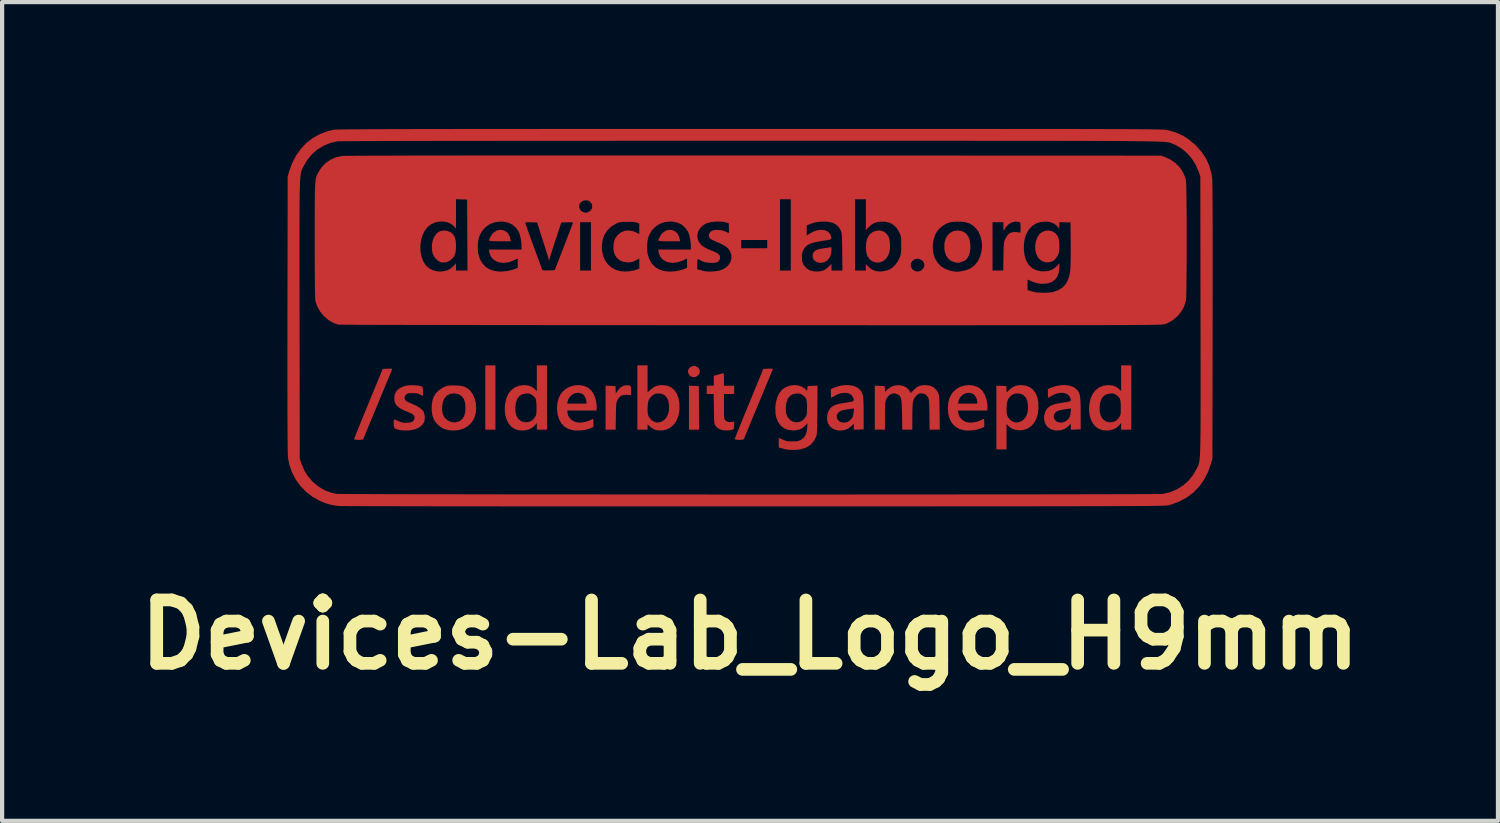
<source format=kicad_pcb>
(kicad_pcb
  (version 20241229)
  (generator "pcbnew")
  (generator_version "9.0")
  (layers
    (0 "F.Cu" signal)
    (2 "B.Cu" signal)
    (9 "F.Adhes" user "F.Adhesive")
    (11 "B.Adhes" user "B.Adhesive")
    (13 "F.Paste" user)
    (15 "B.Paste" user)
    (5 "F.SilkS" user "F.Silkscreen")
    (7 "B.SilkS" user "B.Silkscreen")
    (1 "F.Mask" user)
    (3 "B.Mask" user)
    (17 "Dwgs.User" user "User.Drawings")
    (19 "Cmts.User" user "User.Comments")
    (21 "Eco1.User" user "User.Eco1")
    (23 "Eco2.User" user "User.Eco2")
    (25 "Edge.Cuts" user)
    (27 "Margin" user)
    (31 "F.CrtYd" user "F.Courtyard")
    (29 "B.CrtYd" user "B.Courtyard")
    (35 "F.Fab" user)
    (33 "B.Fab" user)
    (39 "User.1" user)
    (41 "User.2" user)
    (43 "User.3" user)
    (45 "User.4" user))
  (footprint "Devices-Lab_Logo_H9mm"
    (layer "F.Cu")
    (at 14.693 4.464)
    (property "Reference" "Devices-Lab_Logo_H9mm" (at 0 7.5 0) (layer "F.SilkS") (effects (font (size 1.5 1.5) (thickness 0.3))))
    (attr board_only exclude_from_pos_files exclude_from_bom)
    (fp_poly (pts (xy -6.023 1.89) (xy -6.023 2.65) (xy -6.143 2.65) (xy -6.263 2.65) (xy -6.263 1.89) (xy -6.263 1.129) (xy -6.143 1.129) (xy -6.023 1.129)) (stroke (width 0) (type solid)) (fill yes) (layer "F.Cu"))
    (fp_poly (pts (xy -1.329 1.614) (xy -1.212 1.619) (xy -1.208 2.134) (xy -1.204 2.65) (xy -1.325 2.65) (xy -1.445 2.65) (xy -1.445 2.13) (xy -1.445 1.61)) (stroke (width 0) (type solid)) (fill yes) (layer "F.Cu"))
    (fp_poly (pts (xy -1.278 1.149) (xy -1.227 1.181) (xy -1.226 1.181) (xy -1.194 1.23) (xy -1.187 1.282) (xy -1.202 1.331) (xy -1.234 1.371) (xy -1.28 1.399) (xy -1.335 1.409) (xy -1.388 1.398) (xy -1.424 1.372) (xy -1.454 1.328) (xy -1.469 1.279) (xy -1.467 1.246) (xy -1.437 1.192) (xy -1.391 1.157) (xy -1.335 1.142)) (stroke (width 0) (type solid)) (fill yes) (layer "F.Cu"))
    (fp_poly (pts (xy -5.853 -2.073) (xy -5.786 -2.046) (xy -5.729 -1.996) (xy -5.687 -1.926) (xy -5.67 -1.863) (xy -5.66 -1.807) (xy -5.916 -1.807) (xy -6.015 -1.807) (xy -6.087 -1.809) (xy -6.135 -1.812) (xy -6.163 -1.817) (xy -6.173 -1.824) (xy -6.173 -1.826) (xy -6.163 -1.863) (xy -6.14 -1.912) (xy -6.11 -1.962) (xy -6.077 -2.002) (xy -6.073 -2.005) (xy -6.002 -2.055) (xy -5.927 -2.077)) (stroke (width 0) (type solid)) (fill yes) (layer "F.Cu"))
    (fp_poly (pts (xy -1.848 -2.073) (xy -1.781 -2.046) (xy -1.724 -1.996) (xy -1.682 -1.926) (xy -1.665 -1.863) (xy -1.655 -1.807) (xy -1.911 -1.807) (xy -2.01 -1.807) (xy -2.082 -1.809) (xy -2.13 -1.812) (xy -2.158 -1.817) (xy -2.168 -1.824) (xy -2.168 -1.826) (xy -2.158 -1.863) (xy -2.135 -1.912) (xy -2.105 -1.962) (xy -2.072 -2.002) (xy -2.068 -2.005) (xy -1.997 -2.055) (xy -1.922 -2.077)) (stroke (width 0) (type solid)) (fill yes) (layer "F.Cu"))
    (fp_poly (pts (xy 1.924 -1.654) (xy 1.927 -1.622) (xy 1.927 -1.608) (xy 1.916 -1.507) (xy 1.883 -1.422) (xy 1.83 -1.357) (xy 1.761 -1.314) (xy 1.678 -1.295) (xy 1.659 -1.295) (xy 1.593 -1.307) (xy 1.549 -1.329) (xy 1.501 -1.378) (xy 1.48 -1.438) (xy 1.485 -1.503) (xy 1.496 -1.529) (xy 1.519 -1.565) (xy 1.553 -1.592) (xy 1.602 -1.613) (xy 1.673 -1.63) (xy 1.739 -1.64) (xy 1.8 -1.649) (xy 1.854 -1.657) (xy 1.889 -1.664) (xy 1.893 -1.664) (xy 1.915 -1.666)) (stroke (width 0) (type solid)) (fill yes) (layer "F.Cu"))
    (fp_poly (pts (xy 3.147 -2.041) (xy 3.214 -1.998) (xy 3.267 -1.934) (xy 3.276 -1.917) (xy 3.295 -1.858) (xy 3.307 -1.781) (xy 3.311 -1.695) (xy 3.307 -1.611) (xy 3.298 -1.557) (xy 3.265 -1.465) (xy 3.214 -1.391) (xy 3.148 -1.337) (xy 3.072 -1.307) (xy 2.989 -1.303) (xy 2.959 -1.309) (xy 2.888 -1.334) (xy 2.834 -1.376) (xy 2.811 -1.404) (xy 2.773 -1.467) (xy 2.751 -1.536) (xy 2.741 -1.621) (xy 2.74 -1.663) (xy 2.749 -1.782) (xy 2.776 -1.879) (xy 2.821 -1.956) (xy 2.84 -1.977) (xy 2.911 -2.03) (xy 2.99 -2.057) (xy 3.07 -2.061)) (stroke (width 0) (type solid)) (fill yes) (layer "F.Cu"))
    (fp_poly (pts (xy -7.16 -2.052) (xy -7.087 -2.023) (xy -7.068 -2.01) (xy -7.018 -1.962) (xy -6.984 -1.903) (xy -6.964 -1.828) (xy -6.957 -1.732) (xy -6.956 -1.709) (xy -6.959 -1.611) (xy -6.969 -1.536) (xy -6.988 -1.477) (xy -7.017 -1.427) (xy -7.034 -1.407) (xy -7.106 -1.344) (xy -7.187 -1.31) (xy -7.275 -1.304) (xy -7.321 -1.313) (xy -7.376 -1.34) (xy -7.431 -1.389) (xy -7.477 -1.45) (xy -7.508 -1.515) (xy -7.511 -1.527) (xy -7.527 -1.633) (xy -7.524 -1.736) (xy -7.503 -1.834) (xy -7.466 -1.919) (xy -7.415 -1.989) (xy -7.351 -2.036) (xy -7.322 -2.049) (xy -7.243 -2.061)) (stroke (width 0) (type solid)) (fill yes) (layer "F.Cu"))
    (fp_poly (pts (xy 7.145 -2.043) (xy 7.215 -2.003) (xy 7.27 -1.941) (xy 7.289 -1.906) (xy 7.304 -1.855) (xy 7.313 -1.783) (xy 7.318 -1.701) (xy 7.316 -1.62) (xy 7.308 -1.547) (xy 7.301 -1.517) (xy 7.276 -1.461) (xy 7.236 -1.404) (xy 7.189 -1.356) (xy 7.161 -1.337) (xy 7.098 -1.315) (xy 7.026 -1.306) (xy 6.975 -1.311) (xy 6.9 -1.34) (xy 6.835 -1.395) (xy 6.815 -1.419) (xy 6.773 -1.498) (xy 6.75 -1.592) (xy 6.745 -1.694) (xy 6.759 -1.795) (xy 6.791 -1.889) (xy 6.84 -1.967) (xy 6.845 -1.972) (xy 6.912 -2.027) (xy 6.988 -2.056) (xy 7.068 -2.061)) (stroke (width 0) (type solid)) (fill yes) (layer "F.Cu"))
    (fp_poly (pts (xy 5.005 -2.049) (xy 5.083 -2.01) (xy 5.133 -1.962) (xy 5.174 -1.896) (xy 5.2 -1.816) (xy 5.212 -1.717) (xy 5.213 -1.668) (xy 5.203 -1.565) (xy 5.177 -1.474) (xy 5.137 -1.401) (xy 5.093 -1.358) (xy 5.058 -1.339) (xy 5.01 -1.32) (xy 4.961 -1.305) (xy 4.921 -1.297) (xy 4.908 -1.297) (xy 4.89 -1.3) (xy 4.854 -1.307) (xy 4.845 -1.309) (xy 4.759 -1.34) (xy 4.689 -1.395) (xy 4.637 -1.472) (xy 4.605 -1.57) (xy 4.596 -1.64) (xy 4.598 -1.756) (xy 4.623 -1.857) (xy 4.667 -1.941) (xy 4.73 -2.004) (xy 4.809 -2.046) (xy 4.903 -2.062) (xy 4.914 -2.062)) (stroke (width 0) (type solid)) (fill yes) (layer "F.Cu"))
    (fp_poly (pts (xy -2.849 1.605) (xy -2.832 1.613) (xy -2.822 1.627) (xy -2.817 1.656) (xy -2.816 1.706) (xy -2.816 1.724) (xy -2.816 1.833) (xy -2.91 1.827) (xy -2.991 1.829) (xy -3.054 1.851) (xy -3.104 1.897) (xy -3.135 1.945) (xy -3.146 1.969) (xy -3.155 1.993) (xy -3.162 2.022) (xy -3.166 2.061) (xy -3.169 2.114) (xy -3.172 2.187) (xy -3.173 2.283) (xy -3.174 2.33) (xy -3.179 2.65) (xy -3.298 2.65) (xy -3.418 2.65) (xy -3.418 2.13) (xy -3.418 1.61) (xy -3.301 1.614) (xy -3.184 1.619) (xy -3.18 1.707) (xy -3.175 1.795) (xy -3.131 1.725) (xy -3.073 1.659) (xy -3.002 1.616) (xy -2.923 1.598)) (stroke (width 0) (type solid)) (fill yes) (layer "F.Cu"))
    (fp_poly (pts (xy -8.479 1.209) (xy -8.466 1.216) (xy -8.466 1.223) (xy -8.473 1.24) (xy -8.491 1.282) (xy -8.518 1.347) (xy -8.553 1.433) (xy -8.596 1.536) (xy -8.645 1.654) (xy -8.699 1.785) (xy -8.758 1.926) (xy -8.808 2.048) (xy -8.869 2.195) (xy -8.927 2.335) (xy -8.981 2.463) (xy -9.029 2.579) (xy -9.07 2.679) (xy -9.104 2.761) (xy -9.129 2.822) (xy -9.145 2.86) (xy -9.15 2.872) (xy -9.168 2.883) (xy -9.205 2.889) (xy -9.252 2.892) (xy -9.3 2.89) (xy -9.34 2.885) (xy -9.363 2.876) (xy -9.365 2.871) (xy -9.359 2.854) (xy -9.343 2.812) (xy -9.318 2.746) (xy -9.284 2.661) (xy -9.242 2.558) (xy -9.194 2.439) (xy -9.14 2.307) (xy -9.082 2.166) (xy -9.027 2.032) (xy -8.689 1.212) (xy -8.574 1.208) (xy -8.514 1.206)) (stroke (width 0) (type solid)) (fill yes) (layer "F.Cu"))
    (fp_poly (pts (xy 0.525 1.209) (xy 0.538 1.216) (xy 0.538 1.223) (xy 0.531 1.24) (xy 0.513 1.282) (xy 0.486 1.347) (xy 0.451 1.433) (xy 0.408 1.536) (xy 0.359 1.654) (xy 0.304 1.785) (xy 0.246 1.926) (xy 0.195 2.048) (xy 0.134 2.195) (xy 0.076 2.335) (xy 0.023 2.463) (xy -0.025 2.579) (xy -0.066 2.679) (xy -0.1 2.761) (xy -0.126 2.822) (xy -0.141 2.86) (xy -0.146 2.872) (xy -0.164 2.883) (xy -0.201 2.889) (xy -0.248 2.892) (xy -0.296 2.89) (xy -0.336 2.885) (xy -0.359 2.876) (xy -0.361 2.871) (xy -0.356 2.854) (xy -0.34 2.812) (xy -0.314 2.746) (xy -0.28 2.661) (xy -0.238 2.558) (xy -0.19 2.439) (xy -0.137 2.307) (xy -0.078 2.166) (xy -0.023 2.032) (xy 0.314 1.212) (xy 0.43 1.208) (xy 0.49 1.206)) (stroke (width 0) (type solid)) (fill yes) (layer "F.Cu"))
    (fp_poly (pts (xy -0.623 1.326) (xy -0.619 1.354) (xy -0.618 1.404) (xy -0.617 1.459) (xy -0.617 1.611) (xy -0.497 1.611) (xy -0.376 1.611) (xy -0.376 1.709) (xy -0.376 1.807) (xy -0.497 1.807) (xy -0.617 1.807) (xy -0.617 2.1) (xy -0.617 2.201) (xy -0.616 2.276) (xy -0.615 2.33) (xy -0.611 2.368) (xy -0.606 2.394) (xy -0.598 2.412) (xy -0.588 2.426) (xy -0.583 2.431) (xy -0.535 2.465) (xy -0.471 2.473) (xy -0.418 2.465) (xy -0.376 2.454) (xy -0.376 2.545) (xy -0.378 2.596) (xy -0.383 2.626) (xy -0.396 2.641) (xy -0.41 2.648) (xy -0.482 2.665) (xy -0.568 2.669) (xy -0.639 2.663) (xy -0.719 2.64) (xy -0.784 2.595) (xy -0.82 2.554) (xy -0.83 2.539) (xy -0.837 2.521) (xy -0.843 2.496) (xy -0.847 2.46) (xy -0.85 2.41) (xy -0.852 2.34) (xy -0.854 2.247) (xy -0.855 2.16) (xy -0.86 1.807) (xy -0.942 1.807) (xy -1.024 1.807) (xy -1.024 1.709) (xy -1.024 1.611) (xy -0.941 1.611) (xy -0.858 1.611) (xy -0.858 1.494) (xy -0.858 1.376) (xy -0.761 1.351) (xy -0.708 1.336) (xy -0.664 1.323) (xy -0.641 1.316) (xy -0.63 1.315)) (stroke (width 0) (type solid)) (fill yes) (layer "F.Cu"))
    (fp_poly (pts (xy -3.95 1.609) (xy -3.852 1.646) (xy -3.81 1.673) (xy -3.743 1.739) (xy -3.689 1.827) (xy -3.651 1.933) (xy -3.631 2.051) (xy -3.629 2.112) (xy -3.629 2.198) (xy -3.975 2.198) (xy -4.321 2.198) (xy -4.321 2.236) (xy -4.307 2.308) (xy -4.268 2.375) (xy -4.209 2.43) (xy -4.135 2.469) (xy -4.131 2.47) (xy -4.058 2.483) (xy -3.972 2.48) (xy -3.883 2.465) (xy -3.804 2.437) (xy -3.798 2.434) (xy -3.755 2.412) (xy -3.723 2.398) (xy -3.712 2.394) (xy -3.708 2.408) (xy -3.705 2.444) (xy -3.704 2.49) (xy -3.704 2.586) (xy -3.775 2.617) (xy -3.878 2.649) (xy -3.996 2.668) (xy -4.115 2.671) (xy -4.18 2.665) (xy -4.292 2.635) (xy -4.386 2.581) (xy -4.461 2.505) (xy -4.517 2.408) (xy -4.552 2.292) (xy -4.566 2.158) (xy -4.566 2.146) (xy -4.558 2.033) (xy -4.325 2.033) (xy -4.097 2.033) (xy -3.869 2.033) (xy -3.869 1.987) (xy -3.88 1.929) (xy -3.908 1.87) (xy -3.946 1.821) (xy -3.974 1.8) (xy -4.047 1.778) (xy -4.12 1.782) (xy -4.19 1.809) (xy -4.25 1.857) (xy -4.294 1.922) (xy -4.315 1.984) (xy -4.325 2.033) (xy -4.558 2.033) (xy -4.556 2.014) (xy -4.527 1.903) (xy -4.477 1.806) (xy -4.444 1.763) (xy -4.364 1.689) (xy -4.269 1.636) (xy -4.164 1.605) (xy -4.056 1.595)) (stroke (width 0) (type solid)) (fill yes) (layer "F.Cu"))
    (fp_poly (pts (xy 5.295 1.609) (xy 5.393 1.646) (xy 5.435 1.673) (xy 5.502 1.739) (xy 5.555 1.827) (xy 5.593 1.933) (xy 5.613 2.051) (xy 5.616 2.112) (xy 5.616 2.198) (xy 5.27 2.198) (xy 4.923 2.198) (xy 4.923 2.236) (xy 4.938 2.308) (xy 4.977 2.375) (xy 5.036 2.43) (xy 5.11 2.469) (xy 5.113 2.47) (xy 5.186 2.483) (xy 5.273 2.48) (xy 5.362 2.465) (xy 5.441 2.437) (xy 5.446 2.434) (xy 5.49 2.412) (xy 5.521 2.398) (xy 5.533 2.394) (xy 5.537 2.408) (xy 5.54 2.444) (xy 5.541 2.49) (xy 5.541 2.586) (xy 5.469 2.617) (xy 5.366 2.649) (xy 5.249 2.668) (xy 5.13 2.671) (xy 5.064 2.665) (xy 4.953 2.635) (xy 4.859 2.581) (xy 4.783 2.505) (xy 4.727 2.408) (xy 4.692 2.292) (xy 4.679 2.158) (xy 4.679 2.146) (xy 4.687 2.033) (xy 4.92 2.033) (xy 5.147 2.033) (xy 5.375 2.033) (xy 5.375 1.987) (xy 5.364 1.929) (xy 5.337 1.87) (xy 5.299 1.821) (xy 5.27 1.8) (xy 5.198 1.778) (xy 5.124 1.782) (xy 5.055 1.809) (xy 4.995 1.857) (xy 4.95 1.922) (xy 4.929 1.984) (xy 4.92 2.033) (xy 4.687 2.033) (xy 4.688 2.014) (xy 4.717 1.903) (xy 4.768 1.806) (xy 4.8 1.763) (xy 4.88 1.689) (xy 4.976 1.636) (xy 5.081 1.605) (xy 5.189 1.595)) (stroke (width 0) (type solid)) (fill yes) (layer "F.Cu"))
    (fp_poly (pts (xy -6.884 1.608) (xy -6.797 1.622) (xy -6.725 1.649) (xy -6.662 1.69) (xy -6.627 1.721) (xy -6.564 1.801) (xy -6.518 1.9) (xy -6.489 2.011) (xy -6.479 2.128) (xy -6.488 2.245) (xy -6.517 2.355) (xy -6.536 2.399) (xy -6.601 2.497) (xy -6.687 2.575) (xy -6.789 2.63) (xy -6.906 2.663) (xy -7.034 2.671) (xy -7.111 2.664) (xy -7.173 2.651) (xy -7.234 2.633) (xy -7.261 2.623) (xy -7.326 2.583) (xy -7.392 2.526) (xy -7.448 2.461) (xy -7.484 2.401) (xy -7.517 2.298) (xy -7.532 2.18) (xy -7.53 2.098) (xy -7.284 2.098) (xy -7.284 2.201) (xy -7.267 2.283) (xy -7.233 2.352) (xy -7.208 2.385) (xy -7.141 2.44) (xy -7.061 2.472) (xy -6.974 2.478) (xy -6.889 2.457) (xy -6.867 2.447) (xy -6.805 2.399) (xy -6.762 2.327) (xy -6.737 2.231) (xy -6.731 2.124) (xy -6.741 2.013) (xy -6.771 1.924) (xy -6.82 1.857) (xy -6.889 1.813) (xy -6.976 1.793) (xy -7.01 1.792) (xy -7.098 1.805) (xy -7.17 1.843) (xy -7.227 1.905) (xy -7.265 1.989) (xy -7.283 2.093) (xy -7.284 2.098) (xy -7.53 2.098) (xy -7.529 2.059) (xy -7.509 1.944) (xy -7.484 1.874) (xy -7.437 1.798) (xy -7.369 1.726) (xy -7.286 1.666) (xy -7.244 1.643) (xy -7.203 1.625) (xy -7.164 1.614) (xy -7.121 1.607) (xy -7.064 1.604) (xy -6.994 1.603)) (stroke (width 0) (type solid)) (fill yes) (layer "F.Cu"))
    (fp_poly (pts (xy -2.424 1.45) (xy -2.424 1.771) (xy -2.352 1.702) (xy -2.283 1.647) (xy -2.209 1.613) (xy -2.122 1.598) (xy -2.068 1.596) (xy -1.962 1.609) (xy -1.87 1.648) (xy -1.794 1.71) (xy -1.735 1.794) (xy -1.694 1.899) (xy -1.672 2.023) (xy -1.67 2.165) (xy -1.673 2.208) (xy -1.697 2.332) (xy -1.741 2.44) (xy -1.805 2.531) (xy -1.885 2.601) (xy -1.978 2.648) (xy -2.082 2.67) (xy -2.191 2.665) (xy -2.263 2.647) (xy -2.325 2.612) (xy -2.375 2.57) (xy -2.424 2.524) (xy -2.424 2.587) (xy -2.424 2.65) (xy -2.545 2.65) (xy -2.665 2.65) (xy -2.665 2.152) (xy -2.424 2.152) (xy -2.423 2.222) (xy -2.419 2.271) (xy -2.411 2.307) (xy -2.396 2.341) (xy -2.385 2.36) (xy -2.336 2.422) (xy -2.283 2.455) (xy -2.234 2.475) (xy -2.196 2.482) (xy -2.155 2.477) (xy -2.116 2.468) (xy -2.043 2.433) (xy -1.985 2.374) (xy -1.943 2.294) (xy -1.919 2.198) (xy -1.915 2.088) (xy -1.916 2.076) (xy -1.933 1.972) (xy -1.968 1.891) (xy -2.021 1.835) (xy -2.091 1.802) (xy -2.128 1.796) (xy -2.2 1.793) (xy -2.257 1.807) (xy -2.31 1.84) (xy -2.32 1.848) (xy -2.366 1.896) (xy -2.398 1.954) (xy -2.416 2.028) (xy -2.423 2.123) (xy -2.424 2.152) (xy -2.665 2.152) (xy -2.665 1.89) (xy -2.665 1.129) (xy -2.545 1.129) (xy -2.424 1.129)) (stroke (width 0) (type solid)) (fill yes) (layer "F.Cu"))
    (fp_poly (pts (xy 6.53 1.61) (xy 6.623 1.649) (xy 6.7 1.713) (xy 6.76 1.798) (xy 6.801 1.903) (xy 6.818 2) (xy 6.823 2.148) (xy 6.807 2.281) (xy 6.771 2.398) (xy 6.716 2.495) (xy 6.644 2.573) (xy 6.556 2.628) (xy 6.454 2.659) (xy 6.377 2.665) (xy 6.269 2.653) (xy 6.179 2.619) (xy 6.109 2.562) (xy 6.106 2.557) (xy 6.068 2.512) (xy 6.068 2.814) (xy 6.068 3.117) (xy 5.947 3.117) (xy 5.827 3.117) (xy 5.827 2.363) (xy 5.827 2.152) (xy 6.068 2.152) (xy 6.069 2.222) (xy 6.073 2.271) (xy 6.081 2.307) (xy 6.096 2.341) (xy 6.107 2.36) (xy 6.156 2.422) (xy 6.208 2.455) (xy 6.257 2.475) (xy 6.295 2.482) (xy 6.337 2.477) (xy 6.376 2.468) (xy 6.448 2.433) (xy 6.506 2.374) (xy 6.548 2.294) (xy 6.572 2.198) (xy 6.577 2.088) (xy 6.576 2.076) (xy 6.559 1.972) (xy 6.524 1.891) (xy 6.471 1.835) (xy 6.401 1.802) (xy 6.364 1.796) (xy 6.291 1.793) (xy 6.234 1.807) (xy 6.181 1.84) (xy 6.172 1.848) (xy 6.126 1.896) (xy 6.094 1.954) (xy 6.076 2.028) (xy 6.068 2.123) (xy 6.068 2.152) (xy 5.827 2.152) (xy 5.827 1.61) (xy 5.943 1.614) (xy 6.06 1.619) (xy 6.065 1.694) (xy 6.069 1.77) (xy 6.14 1.701) (xy 6.209 1.646) (xy 6.283 1.613) (xy 6.371 1.598) (xy 6.423 1.596)) (stroke (width 0) (type solid)) (fill yes) (layer "F.Cu"))
    (fp_poly (pts (xy -4.803 1.89) (xy -4.803 2.65) (xy -4.923 2.65) (xy -5.044 2.65) (xy -5.044 2.571) (xy -5.044 2.492) (xy -5.089 2.547) (xy -5.159 2.609) (xy -5.247 2.65) (xy -5.35 2.67) (xy -5.461 2.665) (xy -5.471 2.664) (xy -5.565 2.634) (xy -5.646 2.58) (xy -5.712 2.503) (xy -5.761 2.407) (xy -5.792 2.295) (xy -5.803 2.169) (xy -5.8 2.11) (xy -5.553 2.11) (xy -5.55 2.226) (xy -5.527 2.32) (xy -5.483 2.394) (xy -5.419 2.446) (xy -5.399 2.456) (xy -5.32 2.477) (xy -5.237 2.469) (xy -5.178 2.446) (xy -5.143 2.419) (xy -5.106 2.379) (xy -5.093 2.361) (xy -5.075 2.332) (xy -5.063 2.306) (xy -5.056 2.274) (xy -5.053 2.23) (xy -5.051 2.168) (xy -5.051 2.121) (xy -5.053 2.033) (xy -5.059 1.968) (xy -5.072 1.921) (xy -5.094 1.884) (xy -5.129 1.851) (xy -5.166 1.824) (xy -5.204 1.803) (xy -5.243 1.794) (xy -5.297 1.795) (xy -5.301 1.795) (xy -5.388 1.813) (xy -5.456 1.854) (xy -5.506 1.918) (xy -5.538 2.006) (xy -5.553 2.11) (xy -5.8 2.11) (xy -5.796 2.049) (xy -5.768 1.919) (xy -5.72 1.809) (xy -5.653 1.72) (xy -5.568 1.654) (xy -5.468 1.612) (xy -5.354 1.596) (xy -5.342 1.596) (xy -5.24 1.607) (xy -5.154 1.642) (xy -5.093 1.69) (xy -5.044 1.737) (xy -5.044 1.433) (xy -5.044 1.129) (xy -4.923 1.129) (xy -4.803 1.129)) (stroke (width 0) (type solid)) (fill yes) (layer "F.Cu"))
    (fp_poly (pts (xy 9.019 1.89) (xy 9.019 2.65) (xy 8.898 2.65) (xy 8.778 2.65) (xy 8.778 2.571) (xy 8.778 2.492) (xy 8.733 2.547) (xy 8.663 2.609) (xy 8.574 2.65) (xy 8.472 2.67) (xy 8.361 2.665) (xy 8.351 2.664) (xy 8.256 2.634) (xy 8.176 2.58) (xy 8.11 2.503) (xy 8.061 2.407) (xy 8.03 2.295) (xy 8.019 2.169) (xy 8.022 2.11) (xy 8.269 2.11) (xy 8.272 2.226) (xy 8.295 2.32) (xy 8.338 2.394) (xy 8.403 2.446) (xy 8.423 2.456) (xy 8.501 2.477) (xy 8.584 2.469) (xy 8.644 2.446) (xy 8.679 2.419) (xy 8.716 2.379) (xy 8.729 2.361) (xy 8.747 2.332) (xy 8.758 2.306) (xy 8.766 2.274) (xy 8.769 2.23) (xy 8.77 2.168) (xy 8.77 2.121) (xy 8.769 2.033) (xy 8.763 1.968) (xy 8.75 1.921) (xy 8.727 1.884) (xy 8.693 1.851) (xy 8.656 1.824) (xy 8.618 1.803) (xy 8.579 1.794) (xy 8.524 1.795) (xy 8.521 1.795) (xy 8.434 1.813) (xy 8.366 1.854) (xy 8.316 1.918) (xy 8.283 2.006) (xy 8.269 2.11) (xy 8.022 2.11) (xy 8.026 2.049) (xy 8.054 1.919) (xy 8.102 1.809) (xy 8.169 1.72) (xy 8.253 1.654) (xy 8.353 1.612) (xy 8.468 1.596) (xy 8.48 1.596) (xy 8.582 1.607) (xy 8.668 1.642) (xy 8.729 1.69) (xy 8.778 1.737) (xy 8.778 1.433) (xy 8.778 1.129) (xy 8.898 1.129) (xy 9.019 1.129)) (stroke (width 0) (type solid)) (fill yes) (layer "F.Cu"))
    (fp_poly (pts (xy -7.941 1.6) (xy -7.863 1.606) (xy -7.8 1.617) (xy -7.78 1.624) (xy -7.759 1.634) (xy -7.746 1.649) (xy -7.741 1.676) (xy -7.739 1.722) (xy -7.739 1.746) (xy -7.739 1.853) (xy -7.803 1.819) (xy -7.849 1.799) (xy -7.9 1.789) (xy -7.969 1.785) (xy -7.982 1.785) (xy -8.044 1.786) (xy -8.083 1.79) (xy -8.111 1.801) (xy -8.135 1.819) (xy -8.137 1.821) (xy -8.169 1.867) (xy -8.174 1.914) (xy -8.151 1.958) (xy -8.137 1.97) (xy -8.104 1.991) (xy -8.053 2.016) (xy -7.995 2.04) (xy -7.994 2.041) (xy -7.89 2.087) (xy -7.806 2.139) (xy -7.746 2.193) (xy -7.721 2.228) (xy -7.702 2.287) (xy -7.694 2.358) (xy -7.699 2.428) (xy -7.716 2.483) (xy -7.768 2.552) (xy -7.843 2.607) (xy -7.939 2.645) (xy -8.05 2.667) (xy -8.174 2.67) (xy -8.247 2.664) (xy -8.304 2.654) (xy -8.356 2.641) (xy -8.382 2.632) (xy -8.406 2.617) (xy -8.419 2.597) (xy -8.426 2.562) (xy -8.429 2.523) (xy -8.431 2.461) (xy -8.426 2.425) (xy -8.411 2.411) (xy -8.381 2.418) (xy -8.332 2.441) (xy -8.329 2.442) (xy -8.271 2.468) (xy -8.219 2.482) (xy -8.159 2.487) (xy -8.13 2.487) (xy -8.047 2.481) (xy -7.989 2.463) (xy -7.954 2.431) (xy -7.938 2.384) (xy -7.937 2.38) (xy -7.939 2.342) (xy -7.954 2.311) (xy -7.986 2.283) (xy -8.04 2.254) (xy -8.105 2.227) (xy -8.214 2.18) (xy -8.296 2.133) (xy -8.354 2.085) (xy -8.392 2.031) (xy -8.411 1.969) (xy -8.416 1.905) (xy -8.405 1.815) (xy -8.369 1.742) (xy -8.308 1.682) (xy -8.221 1.636) (xy -8.163 1.616) (xy -8.101 1.605) (xy -8.024 1.599)) (stroke (width 0) (type solid)) (fill yes) (layer "F.Cu"))
    (fp_poly (pts (xy 2.432 1.611) (xy 2.52 1.644) (xy 2.589 1.694) (xy 2.595 1.701) (xy 2.621 1.732) (xy 2.641 1.763) (xy 2.657 1.799) (xy 2.669 1.843) (xy 2.677 1.9) (xy 2.682 1.973) (xy 2.685 2.065) (xy 2.687 2.182) (xy 2.687 2.266) (xy 2.688 2.642) (xy 2.571 2.647) (xy 2.454 2.651) (xy 2.454 2.58) (xy 2.454 2.509) (xy 2.398 2.566) (xy 2.316 2.628) (xy 2.223 2.663) (xy 2.118 2.67) (xy 2.07 2.665) (xy 1.985 2.642) (xy 1.917 2.598) (xy 1.877 2.555) (xy 1.839 2.487) (xy 1.822 2.404) (xy 1.823 2.355) (xy 2.05 2.355) (xy 2.069 2.407) (xy 2.109 2.452) (xy 2.166 2.478) (xy 2.232 2.484) (xy 2.298 2.47) (xy 2.334 2.45) (xy 2.391 2.403) (xy 2.427 2.349) (xy 2.446 2.279) (xy 2.45 2.244) (xy 2.459 2.149) (xy 2.37 2.16) (xy 2.271 2.174) (xy 2.198 2.189) (xy 2.144 2.208) (xy 2.105 2.231) (xy 2.09 2.244) (xy 2.055 2.297) (xy 2.05 2.355) (xy 1.823 2.355) (xy 1.824 2.317) (xy 1.846 2.232) (xy 1.887 2.159) (xy 1.893 2.152) (xy 1.927 2.117) (xy 1.968 2.088) (xy 2.02 2.064) (xy 2.088 2.044) (xy 2.175 2.026) (xy 2.286 2.008) (xy 2.33 2.001) (xy 2.397 1.99) (xy 2.437 1.977) (xy 2.455 1.957) (xy 2.452 1.926) (xy 2.433 1.88) (xy 2.43 1.874) (xy 2.391 1.824) (xy 2.332 1.791) (xy 2.259 1.778) (xy 2.176 1.783) (xy 2.089 1.806) (xy 2.001 1.849) (xy 1.984 1.86) (xy 1.948 1.882) (xy 1.924 1.896) (xy 1.92 1.897) (xy 1.916 1.883) (xy 1.913 1.847) (xy 1.912 1.796) (xy 1.912 1.794) (xy 1.912 1.69) (xy 1.985 1.659) (xy 2.101 1.619) (xy 2.217 1.598) (xy 2.329 1.596)) (stroke (width 0) (type solid)) (fill yes) (layer "F.Cu"))
    (fp_poly (pts (xy 7.566 1.611) (xy 7.654 1.644) (xy 7.723 1.694) (xy 7.729 1.701) (xy 7.755 1.732) (xy 7.776 1.763) (xy 7.791 1.799) (xy 7.803 1.843) (xy 7.811 1.9) (xy 7.816 1.973) (xy 7.819 2.065) (xy 7.821 2.182) (xy 7.821 2.266) (xy 7.822 2.642) (xy 7.705 2.647) (xy 7.588 2.651) (xy 7.588 2.58) (xy 7.588 2.509) (xy 7.532 2.566) (xy 7.45 2.628) (xy 7.357 2.663) (xy 7.252 2.67) (xy 7.204 2.665) (xy 7.119 2.642) (xy 7.051 2.598) (xy 7.011 2.555) (xy 6.974 2.487) (xy 6.956 2.404) (xy 6.958 2.355) (xy 7.184 2.355) (xy 7.203 2.407) (xy 7.243 2.452) (xy 7.3 2.478) (xy 7.366 2.484) (xy 7.432 2.47) (xy 7.468 2.45) (xy 7.525 2.403) (xy 7.561 2.349) (xy 7.58 2.279) (xy 7.584 2.244) (xy 7.593 2.149) (xy 7.504 2.16) (xy 7.405 2.174) (xy 7.332 2.189) (xy 7.278 2.208) (xy 7.239 2.231) (xy 7.224 2.244) (xy 7.19 2.297) (xy 7.184 2.355) (xy 6.958 2.355) (xy 6.959 2.317) (xy 6.98 2.232) (xy 7.021 2.159) (xy 7.027 2.152) (xy 7.062 2.117) (xy 7.103 2.088) (xy 7.155 2.064) (xy 7.222 2.044) (xy 7.309 2.026) (xy 7.421 2.008) (xy 7.464 2.001) (xy 7.531 1.99) (xy 7.572 1.977) (xy 7.589 1.957) (xy 7.586 1.926) (xy 7.567 1.88) (xy 7.565 1.874) (xy 7.525 1.824) (xy 7.466 1.791) (xy 7.393 1.778) (xy 7.311 1.783) (xy 7.223 1.806) (xy 7.135 1.849) (xy 7.118 1.86) (xy 7.083 1.882) (xy 7.059 1.896) (xy 7.054 1.897) (xy 7.05 1.883) (xy 7.047 1.847) (xy 7.046 1.796) (xy 7.046 1.794) (xy 7.046 1.69) (xy 7.119 1.659) (xy 7.235 1.619) (xy 7.351 1.598) (xy 7.463 1.596)) (stroke (width 0) (type solid)) (fill yes) (layer "F.Cu"))
    (fp_poly (pts (xy 4.256 1.609) (xy 4.341 1.647) (xy 4.408 1.71) (xy 4.452 1.784) (xy 4.46 1.806) (xy 4.467 1.833) (xy 4.472 1.869) (xy 4.476 1.918) (xy 4.479 1.984) (xy 4.481 2.069) (xy 4.483 2.18) (xy 4.484 2.247) (xy 4.489 2.65) (xy 4.369 2.65) (xy 4.248 2.65) (xy 4.243 2.292) (xy 4.241 2.176) (xy 4.239 2.086) (xy 4.236 2.018) (xy 4.232 1.968) (xy 4.227 1.932) (xy 4.221 1.906) (xy 4.212 1.887) (xy 4.212 1.887) (xy 4.169 1.83) (xy 4.114 1.8) (xy 4.052 1.792) (xy 4.008 1.795) (xy 3.975 1.809) (xy 3.94 1.839) (xy 3.931 1.849) (xy 3.902 1.881) (xy 3.881 1.915) (xy 3.864 1.953) (xy 3.853 2.002) (xy 3.846 2.064) (xy 3.842 2.144) (xy 3.84 2.248) (xy 3.839 2.339) (xy 3.839 2.65) (xy 3.72 2.65) (xy 3.6 2.65) (xy 3.596 2.3) (xy 3.593 2.172) (xy 3.59 2.07) (xy 3.584 1.991) (xy 3.575 1.932) (xy 3.563 1.889) (xy 3.546 1.857) (xy 3.524 1.834) (xy 3.496 1.816) (xy 3.492 1.814) (xy 3.421 1.791) (xy 3.354 1.798) (xy 3.293 1.832) (xy 3.243 1.893) (xy 3.231 1.915) (xy 3.218 1.941) (xy 3.209 1.966) (xy 3.202 1.993) (xy 3.197 2.027) (xy 3.194 2.073) (xy 3.193 2.135) (xy 3.192 2.218) (xy 3.192 2.322) (xy 3.192 2.65) (xy 3.071 2.65) (xy 2.951 2.65) (xy 2.951 2.13) (xy 2.951 1.61) (xy 3.068 1.614) (xy 3.184 1.619) (xy 3.189 1.687) (xy 3.193 1.755) (xy 3.258 1.693) (xy 3.338 1.635) (xy 3.43 1.604) (xy 3.536 1.598) (xy 3.546 1.599) (xy 3.628 1.618) (xy 3.701 1.656) (xy 3.757 1.708) (xy 3.777 1.739) (xy 3.8 1.784) (xy 3.877 1.706) (xy 3.941 1.651) (xy 4.005 1.617) (xy 4.079 1.6) (xy 4.156 1.596)) (stroke (width 0) (type solid)) (fill yes) (layer "F.Cu"))
    (fp_poly (pts (xy 1.136 1.603) (xy 1.223 1.631) (xy 1.295 1.679) (xy 1.31 1.693) (xy 1.348 1.734) (xy 1.355 1.676) (xy 1.363 1.619) (xy 1.48 1.614) (xy 1.597 1.61) (xy 1.593 2.179) (xy 1.592 2.329) (xy 1.59 2.452) (xy 1.588 2.551) (xy 1.586 2.63) (xy 1.583 2.69) (xy 1.579 2.736) (xy 1.575 2.77) (xy 1.569 2.795) (xy 1.564 2.813) (xy 1.509 2.92) (xy 1.435 3.004) (xy 1.342 3.066) (xy 1.227 3.106) (xy 1.219 3.108) (xy 1.134 3.122) (xy 1.038 3.129) (xy 0.943 3.128) (xy 0.873 3.121) (xy 0.837 3.114) (xy 0.786 3.101) (xy 0.757 3.093) (xy 0.678 3.071) (xy 0.678 2.958) (xy 0.678 2.904) (xy 0.68 2.864) (xy 0.683 2.846) (xy 0.683 2.846) (xy 0.699 2.852) (xy 0.734 2.867) (xy 0.777 2.887) (xy 0.827 2.908) (xy 0.871 2.921) (xy 0.923 2.927) (xy 0.992 2.928) (xy 1.001 2.928) (xy 1.071 2.927) (xy 1.12 2.923) (xy 1.159 2.912) (xy 1.196 2.895) (xy 1.204 2.891) (xy 1.269 2.841) (xy 1.314 2.775) (xy 1.342 2.689) (xy 1.352 2.607) (xy 1.359 2.493) (xy 1.311 2.548) (xy 1.241 2.611) (xy 1.158 2.65) (xy 1.058 2.667) (xy 1.016 2.668) (xy 0.903 2.655) (xy 0.806 2.618) (xy 0.726 2.556) (xy 0.664 2.471) (xy 0.621 2.364) (xy 0.603 2.27) (xy 0.598 2.166) (xy 0.844 2.166) (xy 0.851 2.247) (xy 0.858 2.28) (xy 0.894 2.362) (xy 0.949 2.423) (xy 1.018 2.462) (xy 1.095 2.476) (xy 1.178 2.464) (xy 1.223 2.445) (xy 1.257 2.419) (xy 1.293 2.379) (xy 1.306 2.361) (xy 1.324 2.332) (xy 1.336 2.306) (xy 1.343 2.274) (xy 1.346 2.23) (xy 1.347 2.168) (xy 1.348 2.121) (xy 1.346 2.033) (xy 1.34 1.968) (xy 1.327 1.921) (xy 1.305 1.884) (xy 1.27 1.851) (xy 1.233 1.824) (xy 1.195 1.803) (xy 1.156 1.794) (xy 1.101 1.795) (xy 1.098 1.795) (xy 1.012 1.812) (xy 0.945 1.852) (xy 0.894 1.917) (xy 0.886 1.932) (xy 0.863 1.997) (xy 0.849 2.079) (xy 0.844 2.166) (xy 0.598 2.166) (xy 0.596 2.137) (xy 0.61 2.01) (xy 0.642 1.893) (xy 0.69 1.791) (xy 0.754 1.71) (xy 0.77 1.695) (xy 0.852 1.642) (xy 0.945 1.608) (xy 1.041 1.595)) (stroke (width 0) (type solid)) (fill yes) (layer "F.Cu"))
    (fp_poly (pts (xy 0.649 -4.464) (xy 1.269 -4.464) (xy 1.861 -4.464) (xy 2.424 -4.464) (xy 2.96 -4.464) (xy 3.469 -4.464) (xy 3.952 -4.464) (xy 4.41 -4.464) (xy 4.844 -4.464) (xy 5.253 -4.464) (xy 5.64 -4.464) (xy 6.003 -4.463) (xy 6.345 -4.463) (xy 6.666 -4.463) (xy 6.967 -4.463) (xy 7.247 -4.462) (xy 7.509 -4.462) (xy 7.752 -4.462) (xy 7.978 -4.461) (xy 8.186 -4.461) (xy 8.378 -4.46) (xy 8.555 -4.46) (xy 8.717 -4.459) (xy 8.864 -4.459) (xy 8.998 -4.458) (xy 9.119 -4.457) (xy 9.228 -4.457) (xy 9.326 -4.456) (xy 9.413 -4.455) (xy 9.489 -4.454) (xy 9.557 -4.453) (xy 9.615 -4.452) (xy 9.666 -4.451) (xy 9.709 -4.45) (xy 9.746 -4.448) (xy 9.776 -4.447) (xy 9.802 -4.446) (xy 9.823 -4.444) (xy 9.84 -4.443) (xy 9.854 -4.441) (xy 9.865 -4.439) (xy 9.875 -4.437) (xy 9.877 -4.437) (xy 10.063 -4.384) (xy 10.233 -4.309) (xy 10.39 -4.208) (xy 10.54 -4.08) (xy 10.555 -4.065) (xy 10.685 -3.918) (xy 10.787 -3.763) (xy 10.862 -3.597) (xy 10.913 -3.417) (xy 10.931 -3.31) (xy 10.933 -3.283) (xy 10.935 -3.233) (xy 10.936 -3.161) (xy 10.938 -3.066) (xy 10.939 -2.947) (xy 10.94 -2.803) (xy 10.941 -2.635) (xy 10.942 -2.442) (xy 10.943 -2.222) (xy 10.943 -1.977) (xy 10.944 -1.704) (xy 10.944 -1.404) (xy 10.944 -1.076) (xy 10.944 -0.72) (xy 10.943 -0.334) (xy 10.943 0.075) (xy 10.938 3.335) (xy 10.906 3.449) (xy 10.834 3.651) (xy 10.74 3.833) (xy 10.625 3.995) (xy 10.489 4.135) (xy 10.333 4.253) (xy 10.158 4.348) (xy 9.965 4.42) (xy 9.899 4.438) (xy 9.891 4.439) (xy 9.88 4.441) (xy 9.866 4.443) (xy 9.849 4.444) (xy 9.827 4.446) (xy 9.8 4.447) (xy 9.767 4.448) (xy 9.727 4.449) (xy 9.68 4.451) (xy 9.626 4.452) (xy 9.562 4.453) (xy 9.49 4.454) (xy 9.407 4.455) (xy 9.314 4.456) (xy 9.209 4.456) (xy 9.092 4.457) (xy 8.963 4.458) (xy 8.82 4.458) (xy 8.663 4.459) (xy 8.491 4.46) (xy 8.303 4.46) (xy 8.1 4.461) (xy 7.879 4.461) (xy 7.641 4.462) (xy 7.385 4.462) (xy 7.11 4.462) (xy 6.815 4.463) (xy 6.5 4.463) (xy 6.164 4.463) (xy 5.806 4.464) (xy 5.425 4.464) (xy 5.022 4.464) (xy 4.595 4.464) (xy 4.143 4.465) (xy 3.667 4.465) (xy 3.164 4.465) (xy 2.635 4.465) (xy 2.079 4.465) (xy 1.495 4.465) (xy 0.882 4.465) (xy 0.24 4.466) (xy 0.09 4.466) (xy -0.45 4.466) (xy -0.983 4.466) (xy -1.508 4.466) (xy -2.025 4.466) (xy -2.531 4.466) (xy -3.028 4.466) (xy -3.513 4.466) (xy -3.987 4.465) (xy -4.447 4.465) (xy -4.894 4.465) (xy -5.327 4.465) (xy -5.744 4.465) (xy -6.145 4.464) (xy -6.53 4.464) (xy -6.896 4.464) (xy -7.245 4.463) (xy -7.574 4.463) (xy -7.883 4.462) (xy -8.171 4.462) (xy -8.438 4.461) (xy -8.682 4.461) (xy -8.903 4.46) (xy -9.099 4.46) (xy -9.271 4.459) (xy -9.417 4.459) (xy -9.537 4.458) (xy -9.629 4.458) (xy -9.693 4.457) (xy -9.728 4.456) (xy -9.734 4.456) (xy -9.895 4.432) (xy -10.043 4.39) (xy -10.176 4.335) (xy -10.35 4.238) (xy -10.505 4.119) (xy -10.639 3.98) (xy -10.751 3.823) (xy -10.839 3.652) (xy -10.901 3.467) (xy -10.931 3.31) (xy -10.933 3.283) (xy -10.935 3.233) (xy -10.936 3.161) (xy -10.938 3.066) (xy -10.939 2.947) (xy -10.94 2.803) (xy -10.941 2.635) (xy -10.942 2.442) (xy -10.943 2.222) (xy -10.943 1.977) (xy -10.944 1.704) (xy -10.944 1.404) (xy -10.944 1.076) (xy -10.944 0.72) (xy -10.943 0.334) (xy -10.943 -0.075) (xy -10.94 -1.776) (xy -10.658 -1.776) (xy -10.658 -1.526) (xy -10.658 -1.253) (xy -10.658 -0.953) (xy -10.657 -0.627) (xy -10.657 -0.273) (xy -10.656 0.041) (xy -10.652 3.335) (xy -10.611 3.455) (xy -10.546 3.612) (xy -10.462 3.749) (xy -10.354 3.874) (xy -10.351 3.877) (xy -10.215 3.992) (xy -10.068 4.081) (xy -9.911 4.141) (xy -9.783 4.168) (xy -9.762 4.169) (xy -9.711 4.17) (xy -9.633 4.171) (xy -9.527 4.172) (xy -9.395 4.173) (xy -9.238 4.173) (xy -9.056 4.174) (xy -8.851 4.175) (xy -8.624 4.176) (xy -8.376 4.176) (xy -8.107 4.177) (xy -7.819 4.178) (xy -7.512 4.178) (xy -7.188 4.179) (xy -6.848 4.179) (xy -6.492 4.18) (xy -6.121 4.18) (xy -5.737 4.181) (xy -5.341 4.181) (xy -4.933 4.181) (xy -4.514 4.182) (xy -4.085 4.182) (xy -3.648 4.182) (xy -3.204 4.183) (xy -2.752 4.183) (xy -2.295 4.183) (xy -1.833 4.183) (xy -1.367 4.183) (xy -0.899 4.184) (xy -0.428 4.184) (xy 0.043 4.184) (xy 0.514 4.184) (xy 0.984 4.184) (xy 1.452 4.184) (xy 1.917 4.184) (xy 2.378 4.184) (xy 2.834 4.183) (xy 3.284 4.183) (xy 3.727 4.183) (xy 4.162 4.183) (xy 4.588 4.183) (xy 5.005 4.182) (xy 5.41 4.182) (xy 5.804 4.182) (xy 6.185 4.181) (xy 6.552 4.181) (xy 6.905 4.181) (xy 7.241 4.18) (xy 7.561 4.18) (xy 7.864 4.179) (xy 8.148 4.179) (xy 8.412 4.178) (xy 8.655 4.177) (xy 8.877 4.177) (xy 9.077 4.176) (xy 9.253 4.175) (xy 9.404 4.175) (xy 9.53 4.174) (xy 9.629 4.173) (xy 9.702 4.172) (xy 9.745 4.171) (xy 9.759 4.171) (xy 9.933 4.131) (xy 10.094 4.064) (xy 10.241 3.973) (xy 10.37 3.859) (xy 10.48 3.723) (xy 10.563 3.578) (xy 10.574 3.556) (xy 10.584 3.537) (xy 10.593 3.518) (xy 10.602 3.5) (xy 10.609 3.48) (xy 10.616 3.458) (xy 10.622 3.432) (xy 10.628 3.401) (xy 10.633 3.364) (xy 10.638 3.32) (xy 10.642 3.267) (xy 10.645 3.204) (xy 10.648 3.131) (xy 10.651 3.045) (xy 10.653 2.946) (xy 10.654 2.832) (xy 10.656 2.703) (xy 10.657 2.556) (xy 10.657 2.392) (xy 10.658 2.208) (xy 10.658 2.003) (xy 10.658 1.776) (xy 10.658 1.526) (xy 10.658 1.253) (xy 10.658 0.953) (xy 10.657 0.627) (xy 10.657 0.273) (xy 10.656 -0.041) (xy 10.652 -3.335) (xy 10.611 -3.456) (xy 10.543 -3.614) (xy 10.452 -3.759) (xy 10.342 -3.887) (xy 10.216 -3.995) (xy 10.076 -4.079) (xy 10.002 -4.111) (xy 9.99 -4.115) (xy 9.979 -4.12) (xy 9.969 -4.125) (xy 9.959 -4.129) (xy 9.949 -4.133) (xy 9.938 -4.137) (xy 9.925 -4.141) (xy 9.909 -4.144) (xy 9.89 -4.147) (xy 9.866 -4.15) (xy 9.839 -4.153) (xy 9.806 -4.156) (xy 9.766 -4.159) (xy 9.72 -4.161) (xy 9.667 -4.163) (xy 9.606 -4.166) (xy 9.536 -4.167) (xy 9.456 -4.169) (xy 9.366 -4.171) (xy 9.265 -4.173) (xy 9.153 -4.174) (xy 9.028 -4.175) (xy 8.891 -4.177) (xy 8.739 -4.178) (xy 8.574 -4.179) (xy 8.393 -4.18) (xy 8.197 -4.18) (xy 7.984 -4.181) (xy 7.755 -4.182) (xy 7.507 -4.182) (xy 7.241 -4.183) (xy 6.956 -4.183) (xy 6.651 -4.184) (xy 6.325 -4.184) (xy 5.979 -4.184) (xy 5.61 -4.184) (xy 5.218 -4.184) (xy 4.804 -4.185) (xy 4.365 -4.185) (xy 3.902 -4.185) (xy 3.413 -4.185) (xy 2.898 -4.185) (xy 2.356 -4.185) (xy 1.787 -4.185) (xy 1.19 -4.185) (xy 0.564 -4.185) (xy 0.015 -4.185) (xy -0.67 -4.185) (xy -1.332 -4.185) (xy -1.972 -4.185) (xy -2.589 -4.185) (xy -3.183 -4.184) (xy -3.754 -4.184) (xy -4.3 -4.184) (xy -4.823 -4.184) (xy -5.321 -4.183) (xy -5.794 -4.183) (xy -6.242 -4.182) (xy -6.665 -4.182) (xy -7.063 -4.181) (xy -7.434 -4.181) (xy -7.779 -4.18) (xy -8.098 -4.18) (xy -8.389 -4.179) (xy -8.654 -4.178) (xy -8.89 -4.177) (xy -9.1 -4.177) (xy -9.28 -4.176) (xy -9.433 -4.175) (xy -9.557 -4.174) (xy -9.652 -4.173) (xy -9.717 -4.172) (xy -9.753 -4.171) (xy -9.759 -4.171) (xy -9.933 -4.131) (xy -10.094 -4.064) (xy -10.241 -3.973) (xy -10.37 -3.859) (xy -10.48 -3.723) (xy -10.563 -3.578) (xy -10.574 -3.556) (xy -10.584 -3.537) (xy -10.593 -3.518) (xy -10.602 -3.5) (xy -10.609 -3.48) (xy -10.616 -3.458) (xy -10.622 -3.432) (xy -10.628 -3.401) (xy -10.633 -3.364) (xy -10.638 -3.32) (xy -10.642 -3.267) (xy -10.645 -3.204) (xy -10.648 -3.131) (xy -10.651 -3.045) (xy -10.653 -2.946) (xy -10.654 -2.832) (xy -10.656 -2.703) (xy -10.657 -2.556) (xy -10.657 -2.392) (xy -10.658 -2.208) (xy -10.658 -2.003) (xy -10.658 -1.776) (xy -10.94 -1.776) (xy -10.938 -3.335) (xy -10.906 -3.449) (xy -10.835 -3.65) (xy -10.741 -3.831) (xy -10.627 -3.992) (xy -10.494 -4.132) (xy -10.342 -4.25) (xy -10.173 -4.343) (xy -9.988 -4.412) (xy -9.854 -4.444) (xy -9.842 -4.446) (xy -9.822 -4.447) (xy -9.792 -4.448) (xy -9.752 -4.449) (xy -9.702 -4.451) (xy -9.64 -4.452) (xy -9.566 -4.453) (xy -9.48 -4.454) (xy -9.381 -4.455) (xy -9.268 -4.455) (xy -9.14 -4.456) (xy -8.997 -4.457) (xy -8.839 -4.458) (xy -8.664 -4.458) (xy -8.473 -4.459) (xy -8.264 -4.46) (xy -8.037 -4.46) (xy -7.791 -4.461) (xy -7.525 -4.461) (xy -7.24 -4.461) (xy -6.934 -4.462) (xy -6.607 -4.462) (xy -6.258 -4.463) (xy -5.886 -4.463) (xy -5.491 -4.463) (xy -5.073 -4.463) (xy -4.63 -4.464) (xy -4.162 -4.464) (xy -3.668 -4.464) (xy -3.148 -4.464) (xy -2.602 -4.464) (xy -2.027 -4.464) (xy -1.425 -4.464) (xy -0.794 -4.464) (xy -0.134 -4.464) (xy 0 -4.464)) (stroke (width 0) (type solid)) (fill yes) (layer "F.Cu"))
    (fp_poly (pts (xy -2.993 -3.837) (xy -2.367 -3.837) (xy -1.713 -3.836) (xy -1.032 -3.836) (xy -0.324 -3.836) (xy 0.105 -3.836) (xy 9.719 -3.832) (xy 9.813 -3.8) (xy 9.944 -3.74) (xy 10.061 -3.659) (xy 10.161 -3.559) (xy 10.239 -3.444) (xy 10.294 -3.319) (xy 10.312 -3.244) (xy 10.315 -3.213) (xy 10.318 -3.154) (xy 10.32 -3.071) (xy 10.322 -2.967) (xy 10.324 -2.843) (xy 10.326 -2.702) (xy 10.327 -2.548) (xy 10.328 -2.383) (xy 10.329 -2.209) (xy 10.329 -2.029) (xy 10.329 -1.847) (xy 10.329 -1.664) (xy 10.329 -1.484) (xy 10.328 -1.308) (xy 10.327 -1.14) (xy 10.326 -0.983) (xy 10.324 -0.839) (xy 10.323 -0.711) (xy 10.321 -0.601) (xy 10.318 -0.512) (xy 10.316 -0.448) (xy 10.313 -0.41) (xy 10.312 -0.403) (xy 10.27 -0.269) (xy 10.202 -0.145) (xy 10.113 -0.036) (xy 10.007 0.056) (xy 9.887 0.125) (xy 9.815 0.152) (xy 9.809 0.154) (xy 9.801 0.156) (xy 9.792 0.158) (xy 9.78 0.159) (xy 9.764 0.161) (xy 9.745 0.162) (xy 9.722 0.164) (xy 9.693 0.165) (xy 9.658 0.166) (xy 9.616 0.168) (xy 9.567 0.169) (xy 9.51 0.17) (xy 9.445 0.171) (xy 9.37 0.172) (xy 9.284 0.172) (xy 9.188 0.173) (xy 9.081 0.174) (xy 8.961 0.175) (xy 8.829 0.175) (xy 8.683 0.176) (xy 8.523 0.176) (xy 8.347 0.177) (xy 8.157 0.177) (xy 7.949 0.178) (xy 7.725 0.178) (xy 7.483 0.178) (xy 7.223 0.179) (xy 6.944 0.179) (xy 6.645 0.179) (xy 6.325 0.179) (xy 5.984 0.179) (xy 5.622 0.179) (xy 5.236 0.18) (xy 4.828 0.18) (xy 4.396 0.18) (xy 3.939 0.18) (xy 3.457 0.18) (xy 2.948 0.18) (xy 2.413 0.179) (xy 1.851 0.179) (xy 1.261 0.179) (xy 0.642 0.179) (xy 0.017 0.179) (xy -0.557 0.179) (xy -1.122 0.179) (xy -1.674 0.179) (xy -2.215 0.178) (xy -2.743 0.178) (xy -3.257 0.178) (xy -3.757 0.178) (xy -4.242 0.177) (xy -4.712 0.177) (xy -5.165 0.176) (xy -5.601 0.176) (xy -6.02 0.176) (xy -6.42 0.175) (xy -6.801 0.174) (xy -7.162 0.174) (xy -7.502 0.173) (xy -7.822 0.173) (xy -8.119 0.172) (xy -8.394 0.171) (xy -8.646 0.171) (xy -8.873 0.17) (xy -9.076 0.169) (xy -9.253 0.169) (xy -9.405 0.168) (xy -9.529 0.167) (xy -9.626 0.166) (xy -9.695 0.166) (xy -9.735 0.165) (xy -9.745 0.164) (xy -9.865 0.122) (xy -9.978 0.053) (xy -10.08 -0.035) (xy -10.167 -0.14) (xy -10.234 -0.256) (xy -10.278 -0.379) (xy -10.283 -0.405) (xy -10.286 -0.436) (xy -10.289 -0.496) (xy -10.291 -0.584) (xy -10.293 -0.7) (xy -10.295 -0.842) (xy -10.296 -1.009) (xy -10.297 -1.201) (xy -10.298 -1.417) (xy -10.298 -1.655) (xy -10.298 -1.701) (xy -7.799 -1.701) (xy -7.796 -1.573) (xy -7.774 -1.45) (xy -7.734 -1.338) (xy -7.674 -1.242) (xy -7.663 -1.229) (xy -7.586 -1.162) (xy -7.491 -1.117) (xy -7.387 -1.093) (xy -7.278 -1.093) (xy -7.171 -1.117) (xy -7.139 -1.13) (xy -7.088 -1.16) (xy -7.036 -1.201) (xy -7.014 -1.222) (xy -6.956 -1.285) (xy -6.956 -1.199) (xy -6.956 -1.114) (xy -6.82 -1.114) (xy -6.685 -1.114) (xy -6.687 -1.639) (xy -6.441 -1.639) (xy -6.435 -1.547) (xy -6.43 -1.518) (xy -6.392 -1.391) (xy -6.334 -1.285) (xy -6.255 -1.201) (xy -6.158 -1.14) (xy -6.043 -1.103) (xy -5.911 -1.089) (xy -5.764 -1.099) (xy -5.695 -1.112) (xy -5.622 -1.131) (xy -5.58 -1.145) (xy -5.496 -1.177) (xy -5.496 -1.288) (xy -5.496 -1.399) (xy -5.596 -1.352) (xy -5.713 -1.31) (xy -5.826 -1.295) (xy -5.933 -1.307) (xy -5.997 -1.329) (xy -6.078 -1.381) (xy -6.134 -1.449) (xy -6.165 -1.535) (xy -6.167 -1.547) (xy -6.177 -1.611) (xy -5.791 -1.611) (xy -5.405 -1.611) (xy -5.405 -1.698) (xy -5.41 -1.776) (xy -5.423 -1.861) (xy -5.441 -1.943) (xy -5.463 -2.011) (xy -5.473 -2.033) (xy -5.538 -2.129) (xy -5.621 -2.2) (xy -5.701 -2.238) (xy -5.315 -2.238) (xy -5.31 -2.219) (xy -5.295 -2.175) (xy -5.273 -2.11) (xy -5.243 -2.026) (xy -5.208 -1.927) (xy -5.167 -1.816) (xy -5.124 -1.696) (xy -5.119 -1.684) (xy -5.075 -1.563) (xy -5.033 -1.451) (xy -4.997 -1.351) (xy -4.965 -1.266) (xy -4.941 -1.199) (xy -4.924 -1.154) (xy -4.916 -1.133) (xy -4.916 -1.132) (xy -4.904 -1.123) (xy -4.872 -1.118) (xy -4.818 -1.116) (xy -4.765 -1.117) (xy -4.62 -1.122) (xy -4.41 -1.664) (xy -4.402 -1.686) (xy -4.02 -1.686) (xy -4.02 -1.114) (xy -3.892 -1.114) (xy -3.764 -1.114) (xy -3.764 -1.686) (xy -3.764 -1.696) (xy -3.506 -1.696) (xy -3.504 -1.607) (xy -3.482 -1.479) (xy -3.435 -1.364) (xy -3.366 -1.265) (xy -3.278 -1.186) (xy -3.172 -1.129) (xy -3.068 -1.1) (xy -2.965 -1.091) (xy -2.855 -1.097) (xy -2.75 -1.116) (xy -2.703 -1.13) (xy -2.62 -1.161) (xy -2.62 -1.28) (xy -2.62 -1.398) (xy -2.71 -1.352) (xy -2.773 -1.323) (xy -2.828 -1.309) (xy -2.887 -1.306) (xy -2.993 -1.319) (xy -3.081 -1.355) (xy -3.152 -1.416) (xy -3.197 -1.483) (xy -3.22 -1.549) (xy -3.231 -1.632) (xy -3.231 -1.639) (xy -2.436 -1.639) (xy -2.43 -1.547) (xy -2.425 -1.518) (xy -2.387 -1.391) (xy -2.329 -1.285) (xy -2.25 -1.201) (xy -2.153 -1.14) (xy -2.038 -1.103) (xy -1.906 -1.089) (xy -1.759 -1.099) (xy -1.69 -1.112) (xy -1.617 -1.131) (xy -1.575 -1.145) (xy -1.491 -1.177) (xy -1.491 -1.265) (xy -1.25 -1.265) (xy -1.25 -1.145) (xy -1.171 -1.123) (xy -1.101 -1.105) (xy -1.043 -1.094) (xy -0.985 -1.09) (xy -0.913 -1.091) (xy -0.877 -1.093) (xy -0.793 -1.101) (xy -0.714 -1.117) (xy -0.672 -1.13) (xy -0.582 -1.177) (xy -0.512 -1.24) (xy -0.464 -1.315) (xy -0.441 -1.398) (xy -0.443 -1.485) (xy -0.471 -1.566) (xy -0.511 -1.627) (xy -0.57 -1.68) (xy -0.65 -1.729) (xy -0.672 -1.739) (xy -0.211 -1.739) (xy -0.211 -1.641) (xy 0.098 -1.641) (xy 0.407 -1.641) (xy 0.407 -1.739) (xy 0.407 -1.837) (xy 0.098 -1.837) (xy -0.211 -1.837) (xy -0.211 -1.739) (xy -0.672 -1.739) (xy -0.757 -1.777) (xy -0.773 -1.784) (xy -0.837 -1.811) (xy -0.893 -1.838) (xy -0.934 -1.862) (xy -0.947 -1.873) (xy -0.974 -1.919) (xy -0.974 -1.957) (xy 0.708 -1.957) (xy 0.708 -1.114) (xy 0.836 -1.114) (xy 0.964 -1.114) (xy 0.964 -1.431) (xy 1.227 -1.431) (xy 1.229 -1.366) (xy 1.236 -1.32) (xy 1.251 -1.28) (xy 1.268 -1.247) (xy 1.329 -1.172) (xy 1.407 -1.121) (xy 1.503 -1.095) (xy 1.615 -1.092) (xy 1.673 -1.1) (xy 1.727 -1.114) (xy 1.751 -1.123) (xy 1.789 -1.148) (xy 1.836 -1.184) (xy 1.863 -1.209) (xy 1.927 -1.271) (xy 1.927 -1.193) (xy 1.927 -1.114) (xy 2.056 -1.114) (xy 2.185 -1.114) (xy 2.18 -1.555) (xy 2.179 -1.682) (xy 2.177 -1.783) (xy 2.175 -1.862) (xy 2.173 -1.922) (xy 2.17 -1.957) (xy 2.484 -1.957) (xy 2.484 -1.114) (xy 2.612 -1.114) (xy 2.74 -1.114) (xy 2.74 -1.191) (xy 2.74 -1.268) (xy 2.801 -1.206) (xy 2.856 -1.156) (xy 2.911 -1.124) (xy 2.981 -1.102) (xy 2.996 -1.098) (xy 3.07 -1.091) (xy 3.156 -1.098) (xy 3.241 -1.117) (xy 3.286 -1.133) (xy 3.361 -1.178) (xy 3.416 -1.23) (xy 3.802 -1.23) (xy 3.809 -1.197) (xy 3.837 -1.148) (xy 3.881 -1.112) (xy 3.932 -1.092) (xy 3.972 -1.093) (xy 4.006 -1.099) (xy 4.015 -1.099) (xy 4.039 -1.109) (xy 4.072 -1.134) (xy 4.081 -1.143) (xy 4.116 -1.196) (xy 4.125 -1.253) (xy 4.109 -1.308) (xy 4.07 -1.354) (xy 4.011 -1.385) (xy 4.007 -1.386) (xy 3.942 -1.393) (xy 3.884 -1.376) (xy 3.838 -1.339) (xy 3.809 -1.289) (xy 3.802 -1.23) (xy 3.416 -1.23) (xy 3.433 -1.245) (xy 3.494 -1.328) (xy 3.539 -1.417) (xy 3.54 -1.418) (xy 3.555 -1.461) (xy 3.565 -1.502) (xy 3.571 -1.549) (xy 3.575 -1.608) (xy 3.576 -1.667) (xy 4.321 -1.667) (xy 4.334 -1.53) (xy 4.372 -1.408) (xy 4.433 -1.303) (xy 4.515 -1.216) (xy 4.618 -1.151) (xy 4.738 -1.109) (xy 4.781 -1.1) (xy 4.842 -1.091) (xy 4.889 -1.087) (xy 4.934 -1.089) (xy 4.99 -1.096) (xy 5.014 -1.1) (xy 5.127 -1.127) (xy 5.221 -1.169) (xy 5.303 -1.231) (xy 5.318 -1.245) (xy 5.39 -1.336) (xy 5.443 -1.445) (xy 5.475 -1.564) (xy 5.487 -1.689) (xy 5.479 -1.814) (xy 5.449 -1.933) (xy 5.399 -2.041) (xy 5.347 -2.111) (xy 5.273 -2.18) (xy 5.191 -2.228) (xy 5.096 -2.258) (xy 5.095 -2.258) (xy 5.736 -2.258) (xy 5.736 -1.686) (xy 5.736 -1.114) (xy 5.863 -1.114) (xy 5.989 -1.114) (xy 5.995 -1.449) (xy 5.997 -1.559) (xy 5.999 -1.643) (xy 6.002 -1.706) (xy 6.477 -1.706) (xy 6.478 -1.599) (xy 6.497 -1.46) (xy 6.536 -1.342) (xy 6.595 -1.246) (xy 6.672 -1.172) (xy 6.767 -1.123) (xy 6.88 -1.097) (xy 6.941 -1.094) (xy 7.053 -1.103) (xy 7.147 -1.136) (xy 7.229 -1.192) (xy 7.26 -1.222) (xy 7.317 -1.285) (xy 7.317 -1.194) (xy 7.306 -1.075) (xy 7.273 -0.977) (xy 7.218 -0.9) (xy 7.143 -0.845) (xy 7.047 -0.811) (xy 6.931 -0.8) (xy 6.881 -0.802) (xy 6.781 -0.816) (xy 6.69 -0.845) (xy 6.666 -0.856) (xy 6.565 -0.901) (xy 6.565 -0.777) (xy 6.565 -0.652) (xy 6.644 -0.628) (xy 6.697 -0.612) (xy 6.741 -0.602) (xy 6.786 -0.595) (xy 6.84 -0.592) (xy 6.911 -0.59) (xy 6.948 -0.589) (xy 7.025 -0.591) (xy 7.099 -0.596) (xy 7.158 -0.604) (xy 7.174 -0.608) (xy 7.294 -0.651) (xy 7.39 -0.711) (xy 7.466 -0.791) (xy 7.522 -0.892) (xy 7.559 -1.015) (xy 7.575 -1.114) (xy 7.578 -1.161) (xy 7.581 -1.233) (xy 7.583 -1.325) (xy 7.585 -1.434) (xy 7.585 -1.553) (xy 7.585 -1.679) (xy 7.585 -1.747) (xy 7.581 -2.251) (xy 7.449 -2.255) (xy 7.317 -2.26) (xy 7.317 -2.183) (xy 7.317 -2.107) (xy 7.272 -2.158) (xy 7.199 -2.221) (xy 7.11 -2.259) (xy 7.004 -2.273) (xy 6.987 -2.274) (xy 6.864 -2.26) (xy 6.756 -2.222) (xy 6.663 -2.16) (xy 6.588 -2.075) (xy 6.531 -1.97) (xy 6.493 -1.847) (xy 6.477 -1.706) (xy 6.002 -1.706) (xy 6.002 -1.706) (xy 6.006 -1.753) (xy 6.012 -1.789) (xy 6.02 -1.818) (xy 6.03 -1.845) (xy 6.04 -1.868) (xy 6.085 -1.945) (xy 6.137 -1.994) (xy 6.203 -2.02) (xy 6.263 -2.025) (xy 6.315 -2.023) (xy 6.357 -2.017) (xy 6.373 -2.012) (xy 6.385 -2.008) (xy 6.393 -2.016) (xy 6.397 -2.04) (xy 6.399 -2.087) (xy 6.399 -2.127) (xy 6.398 -2.189) (xy 6.396 -2.228) (xy 6.389 -2.249) (xy 6.377 -2.26) (xy 6.365 -2.264) (xy 6.277 -2.273) (xy 6.193 -2.254) (xy 6.116 -2.208) (xy 6.05 -2.138) (xy 6.017 -2.085) (xy 6.005 -2.063) (xy 5.998 -2.057) (xy 5.995 -2.072) (xy 5.993 -2.11) (xy 5.993 -2.149) (xy 5.992 -2.258) (xy 5.864 -2.258) (xy 5.736 -2.258) (xy 5.095 -2.258) (xy 4.984 -2.271) (xy 4.883 -2.271) (xy 4.804 -2.266) (xy 4.744 -2.258) (xy 4.694 -2.243) (xy 4.645 -2.223) (xy 4.534 -2.157) (xy 4.446 -2.071) (xy 4.381 -1.967) (xy 4.34 -1.844) (xy 4.322 -1.704) (xy 4.321 -1.667) (xy 3.576 -1.667) (xy 3.576 -1.687) (xy 3.576 -1.716) (xy 3.575 -1.8) (xy 3.574 -1.86) (xy 3.569 -1.905) (xy 3.561 -1.942) (xy 3.549 -1.976) (xy 3.532 -2.014) (xy 3.472 -2.116) (xy 3.397 -2.193) (xy 3.306 -2.243) (xy 3.199 -2.269) (xy 3.106 -2.271) (xy 3.013 -2.261) (xy 2.938 -2.238) (xy 2.872 -2.199) (xy 2.808 -2.141) (xy 2.74 -2.073) (xy 2.74 -2.437) (xy 2.74 -2.8) (xy 2.612 -2.8) (xy 2.484 -2.8) (xy 2.484 -1.957) (xy 2.17 -1.957) (xy 2.169 -1.967) (xy 2.165 -2) (xy 2.158 -2.026) (xy 2.15 -2.049) (xy 2.143 -2.067) (xy 2.094 -2.147) (xy 2.029 -2.206) (xy 1.947 -2.246) (xy 1.844 -2.268) (xy 1.74 -2.273) (xy 1.628 -2.268) (xy 1.533 -2.252) (xy 1.442 -2.223) (xy 1.413 -2.211) (xy 1.34 -2.179) (xy 1.34 -2.061) (xy 1.34 -1.943) (xy 1.412 -1.988) (xy 1.508 -2.039) (xy 1.603 -2.069) (xy 1.692 -2.078) (xy 1.772 -2.067) (xy 1.838 -2.037) (xy 1.887 -1.987) (xy 1.9 -1.962) (xy 1.92 -1.912) (xy 1.925 -1.878) (xy 1.91 -1.856) (xy 1.874 -1.841) (xy 1.812 -1.83) (xy 1.792 -1.827) (xy 1.658 -1.807) (xy 1.552 -1.787) (xy 1.467 -1.765) (xy 1.401 -1.739) (xy 1.35 -1.709) (xy 1.31 -1.672) (xy 1.277 -1.627) (xy 1.27 -1.615) (xy 1.247 -1.571) (xy 1.234 -1.53) (xy 1.228 -1.479) (xy 1.227 -1.431) (xy 0.964 -1.431) (xy 0.964 -1.957) (xy 0.964 -2.8) (xy 0.836 -2.8) (xy 0.708 -2.8) (xy 0.708 -1.957) (xy -0.974 -1.957) (xy -0.974 -1.968) (xy -0.952 -2.014) (xy -0.909 -2.05) (xy -0.851 -2.071) (xy -0.769 -2.077) (xy -0.681 -2.067) (xy -0.6 -2.045) (xy -0.575 -2.034) (xy -0.536 -2.015) (xy -0.51 -2.004) (xy -0.504 -2.002) (xy -0.501 -2.016) (xy -0.499 -2.053) (xy -0.5 -2.105) (xy -0.5 -2.118) (xy -0.504 -2.233) (xy -0.58 -2.255) (xy -0.656 -2.269) (xy -0.748 -2.273) (xy -0.846 -2.269) (xy -0.939 -2.257) (xy -1.016 -2.237) (xy -1.035 -2.229) (xy -1.121 -2.178) (xy -1.186 -2.111) (xy -1.229 -2.033) (xy -1.248 -1.949) (xy -1.239 -1.862) (xy -1.226 -1.825) (xy -1.195 -1.767) (xy -1.152 -1.717) (xy -1.091 -1.672) (xy -1.011 -1.628) (xy -0.905 -1.583) (xy -0.878 -1.573) (xy -0.8 -1.539) (xy -0.748 -1.506) (xy -0.718 -1.469) (xy -0.708 -1.426) (xy -0.708 -1.42) (xy -0.721 -1.365) (xy -0.759 -1.322) (xy -0.806 -1.301) (xy -0.84 -1.297) (xy -0.893 -1.296) (xy -0.955 -1.297) (xy -0.962 -1.298) (xy -1.037 -1.305) (xy -1.095 -1.319) (xy -1.147 -1.342) (xy -1.151 -1.345) (xy -1.194 -1.367) (xy -1.226 -1.382) (xy -1.237 -1.385) (xy -1.243 -1.371) (xy -1.247 -1.334) (xy -1.25 -1.282) (xy -1.25 -1.265) (xy -1.491 -1.265) (xy -1.491 -1.288) (xy -1.491 -1.399) (xy -1.591 -1.352) (xy -1.708 -1.31) (xy -1.821 -1.295) (xy -1.928 -1.307) (xy -1.992 -1.329) (xy -2.073 -1.381) (xy -2.129 -1.449) (xy -2.16 -1.535) (xy -2.162 -1.547) (xy -2.172 -1.611) (xy -1.786 -1.611) (xy -1.4 -1.611) (xy -1.4 -1.698) (xy -1.405 -1.776) (xy -1.418 -1.861) (xy -1.436 -1.943) (xy -1.458 -2.011) (xy -1.468 -2.033) (xy -1.533 -2.129) (xy -1.616 -2.2) (xy -1.717 -2.248) (xy -1.835 -2.271) (xy -1.894 -2.273) (xy -2.022 -2.259) (xy -2.138 -2.218) (xy -2.239 -2.152) (xy -2.323 -2.064) (xy -2.386 -1.955) (xy -2.404 -1.91) (xy -2.423 -1.833) (xy -2.434 -1.739) (xy -2.436 -1.639) (xy -3.231 -1.639) (xy -3.23 -1.72) (xy -3.217 -1.802) (xy -3.194 -1.865) (xy -3.133 -1.952) (xy -3.056 -2.015) (xy -2.967 -2.053) (xy -2.87 -2.063) (xy -2.77 -2.046) (xy -2.705 -2.02) (xy -2.62 -1.977) (xy -2.62 -2.101) (xy -2.62 -2.225) (xy -2.669 -2.245) (xy -2.715 -2.257) (xy -2.791 -2.264) (xy -2.894 -2.266) (xy -2.898 -2.266) (xy -2.977 -2.266) (xy -3.033 -2.263) (xy -3.075 -2.258) (xy -3.112 -2.248) (xy -3.151 -2.232) (xy -3.177 -2.219) (xy -3.289 -2.15) (xy -3.379 -2.062) (xy -3.446 -1.956) (xy -3.488 -1.834) (xy -3.506 -1.696) (xy -3.764 -1.696) (xy -3.764 -2.258) (xy -3.892 -2.258) (xy -4.02 -2.258) (xy -4.02 -1.686) (xy -4.402 -1.686) (xy -4.363 -1.785) (xy -4.32 -1.899) (xy -4.28 -2.001) (xy -4.247 -2.088) (xy -4.22 -2.158) (xy -4.201 -2.207) (xy -4.192 -2.231) (xy -4.192 -2.233) (xy -4.19 -2.245) (xy -4.198 -2.253) (xy -4.222 -2.256) (xy -4.266 -2.257) (xy -4.324 -2.255) (xy -4.464 -2.251) (xy -4.589 -1.875) (xy -4.624 -1.769) (xy -4.656 -1.669) (xy -4.685 -1.58) (xy -4.709 -1.506) (xy -4.725 -1.451) (xy -4.733 -1.424) (xy -4.753 -1.35) (xy -4.794 -1.484) (xy -4.812 -1.54) (xy -4.836 -1.618) (xy -4.865 -1.711) (xy -4.898 -1.812) (xy -4.93 -1.915) (xy -4.937 -1.935) (xy -5.037 -2.251) (xy -5.176 -2.255) (xy -5.243 -2.257) (xy -5.285 -2.255) (xy -5.307 -2.25) (xy -5.315 -2.24) (xy -5.315 -2.238) (xy -5.701 -2.238) (xy -5.722 -2.248) (xy -5.84 -2.271) (xy -5.899 -2.273) (xy -6.027 -2.259) (xy -6.143 -2.218) (xy -6.244 -2.152) (xy -6.328 -2.064) (xy -6.391 -1.955) (xy -6.409 -1.91) (xy -6.428 -1.833) (xy -6.439 -1.739) (xy -6.441 -1.639) (xy -6.687 -1.639) (xy -6.689 -1.954) (xy -6.692 -2.667) (xy -4.041 -2.667) (xy -4.041 -2.604) (xy -4.036 -2.588) (xy -4.006 -2.534) (xy -3.959 -2.499) (xy -3.901 -2.483) (xy -3.841 -2.49) (xy -3.787 -2.52) (xy -3.778 -2.528) (xy -3.742 -2.581) (xy -3.732 -2.635) (xy -3.744 -2.687) (xy -3.773 -2.731) (xy -3.817 -2.763) (xy -3.872 -2.777) (xy -3.933 -2.769) (xy -3.958 -2.759) (xy -4.013 -2.719) (xy -4.041 -2.667) (xy -6.692 -2.667) (xy -6.693 -2.793) (xy -6.824 -2.797) (xy -6.956 -2.802) (xy -6.956 -2.454) (xy -6.956 -2.107) (xy -7.001 -2.158) (xy -7.072 -2.217) (xy -7.159 -2.256) (xy -7.256 -2.274) (xy -7.357 -2.271) (xy -7.457 -2.249) (xy -7.55 -2.206) (xy -7.626 -2.146) (xy -7.696 -2.056) (xy -7.749 -1.948) (xy -7.783 -1.828) (xy -7.799 -1.701) (xy -10.298 -1.701) (xy -10.298 -1.828) (xy -10.298 -2.068) (xy -10.298 -2.281) (xy -10.298 -2.467) (xy -10.297 -2.629) (xy -10.296 -2.769) (xy -10.295 -2.888) (xy -10.293 -2.989) (xy -10.29 -3.074) (xy -10.286 -3.144) (xy -10.282 -3.202) (xy -10.277 -3.25) (xy -10.271 -3.289) (xy -10.263 -3.321) (xy -10.255 -3.349) (xy -10.245 -3.374) (xy -10.233 -3.399) (xy -10.221 -3.422) (xy -10.142 -3.549) (xy -10.042 -3.654) (xy -9.924 -3.736) (xy -9.791 -3.794) (xy -9.645 -3.825) (xy -9.644 -3.825) (xy -9.618 -3.826) (xy -9.563 -3.827) (xy -9.478 -3.828) (xy -9.363 -3.829) (xy -9.218 -3.83) (xy -9.044 -3.831) (xy -8.841 -3.832) (xy -8.608 -3.832) (xy -8.347 -3.833) (xy -8.057 -3.834) (xy -7.737 -3.834) (xy -7.39 -3.835) (xy -7.013 -3.835) (xy -6.609 -3.836) (xy -6.176 -3.836) (xy -5.715 -3.836) (xy -5.226 -3.836) (xy -4.709 -3.837) (xy -4.165 -3.837) (xy -3.593 -3.837)) (stroke (width 0) (type solid)) (fill yes) (layer "F.Cu"))
    (fp_poly (pts (xy -6.023 1.89) (xy -6.023 2.65) (xy -6.143 2.65) (xy -6.263 2.65) (xy -6.263 1.89) (xy -6.263 1.129) (xy -6.143 1.129) (xy -6.023 1.129)) (stroke (width 0) (type solid)) (fill yes) (layer "F.Mask"))
    (fp_poly (pts (xy -1.329 1.614) (xy -1.212 1.619) (xy -1.208 2.134) (xy -1.204 2.65) (xy -1.325 2.65) (xy -1.445 2.65) (xy -1.445 2.13) (xy -1.445 1.61)) (stroke (width 0) (type solid)) (fill yes) (layer "F.Mask"))
    (fp_poly (pts (xy -1.278 1.149) (xy -1.227 1.181) (xy -1.226 1.181) (xy -1.194 1.23) (xy -1.187 1.282) (xy -1.202 1.331) (xy -1.234 1.371) (xy -1.28 1.399) (xy -1.335 1.409) (xy -1.388 1.398) (xy -1.424 1.372) (xy -1.454 1.328) (xy -1.469 1.279) (xy -1.467 1.246) (xy -1.437 1.192) (xy -1.391 1.157) (xy -1.335 1.142)) (stroke (width 0) (type solid)) (fill yes) (layer "F.Mask"))
    (fp_poly (pts (xy -5.853 -2.073) (xy -5.786 -2.046) (xy -5.729 -1.996) (xy -5.687 -1.926) (xy -5.67 -1.863) (xy -5.66 -1.807) (xy -5.916 -1.807) (xy -6.015 -1.807) (xy -6.087 -1.809) (xy -6.135 -1.812) (xy -6.163 -1.817) (xy -6.173 -1.824) (xy -6.173 -1.826) (xy -6.163 -1.863) (xy -6.14 -1.912) (xy -6.11 -1.962) (xy -6.077 -2.002) (xy -6.073 -2.005) (xy -6.002 -2.055) (xy -5.927 -2.077)) (stroke (width 0) (type solid)) (fill yes) (layer "F.Mask"))
    (fp_poly (pts (xy -1.848 -2.073) (xy -1.781 -2.046) (xy -1.724 -1.996) (xy -1.682 -1.926) (xy -1.665 -1.863) (xy -1.655 -1.807) (xy -1.911 -1.807) (xy -2.01 -1.807) (xy -2.082 -1.809) (xy -2.13 -1.812) (xy -2.158 -1.817) (xy -2.168 -1.824) (xy -2.168 -1.826) (xy -2.158 -1.863) (xy -2.135 -1.912) (xy -2.105 -1.962) (xy -2.072 -2.002) (xy -2.068 -2.005) (xy -1.997 -2.055) (xy -1.922 -2.077)) (stroke (width 0) (type solid)) (fill yes) (layer "F.Mask"))
    (fp_poly (pts (xy 1.924 -1.654) (xy 1.927 -1.622) (xy 1.927 -1.608) (xy 1.916 -1.507) (xy 1.883 -1.422) (xy 1.83 -1.357) (xy 1.761 -1.314) (xy 1.678 -1.295) (xy 1.659 -1.295) (xy 1.593 -1.307) (xy 1.549 -1.329) (xy 1.501 -1.378) (xy 1.48 -1.438) (xy 1.485 -1.503) (xy 1.496 -1.529) (xy 1.519 -1.565) (xy 1.553 -1.592) (xy 1.602 -1.613) (xy 1.673 -1.63) (xy 1.739 -1.64) (xy 1.8 -1.649) (xy 1.854 -1.657) (xy 1.889 -1.664) (xy 1.893 -1.664) (xy 1.915 -1.666)) (stroke (width 0) (type solid)) (fill yes) (layer "F.Mask"))
    (fp_poly (pts (xy 3.147 -2.041) (xy 3.214 -1.998) (xy 3.267 -1.934) (xy 3.276 -1.917) (xy 3.295 -1.858) (xy 3.307 -1.781) (xy 3.311 -1.695) (xy 3.307 -1.611) (xy 3.298 -1.557) (xy 3.265 -1.465) (xy 3.214 -1.391) (xy 3.148 -1.337) (xy 3.072 -1.307) (xy 2.989 -1.303) (xy 2.959 -1.309) (xy 2.888 -1.334) (xy 2.834 -1.376) (xy 2.811 -1.404) (xy 2.773 -1.467) (xy 2.751 -1.536) (xy 2.741 -1.621) (xy 2.74 -1.663) (xy 2.749 -1.782) (xy 2.776 -1.879) (xy 2.821 -1.956) (xy 2.84 -1.977) (xy 2.911 -2.03) (xy 2.99 -2.057) (xy 3.07 -2.061)) (stroke (width 0) (type solid)) (fill yes) (layer "F.Mask"))
    (fp_poly (pts (xy -7.16 -2.052) (xy -7.087 -2.023) (xy -7.068 -2.01) (xy -7.018 -1.962) (xy -6.984 -1.903) (xy -6.964 -1.828) (xy -6.957 -1.732) (xy -6.956 -1.709) (xy -6.959 -1.611) (xy -6.969 -1.536) (xy -6.988 -1.477) (xy -7.017 -1.427) (xy -7.034 -1.407) (xy -7.106 -1.344) (xy -7.187 -1.31) (xy -7.275 -1.304) (xy -7.321 -1.313) (xy -7.376 -1.34) (xy -7.431 -1.389) (xy -7.477 -1.45) (xy -7.508 -1.515) (xy -7.511 -1.527) (xy -7.527 -1.633) (xy -7.524 -1.736) (xy -7.503 -1.834) (xy -7.466 -1.919) (xy -7.415 -1.989) (xy -7.351 -2.036) (xy -7.322 -2.049) (xy -7.243 -2.061)) (stroke (width 0) (type solid)) (fill yes) (layer "F.Mask"))
    (fp_poly (pts (xy 7.145 -2.043) (xy 7.215 -2.003) (xy 7.27 -1.941) (xy 7.289 -1.906) (xy 7.304 -1.855) (xy 7.313 -1.783) (xy 7.318 -1.701) (xy 7.316 -1.62) (xy 7.308 -1.547) (xy 7.301 -1.517) (xy 7.276 -1.461) (xy 7.236 -1.404) (xy 7.189 -1.356) (xy 7.161 -1.337) (xy 7.098 -1.315) (xy 7.026 -1.306) (xy 6.975 -1.311) (xy 6.9 -1.34) (xy 6.835 -1.395) (xy 6.815 -1.419) (xy 6.773 -1.498) (xy 6.75 -1.592) (xy 6.745 -1.694) (xy 6.759 -1.795) (xy 6.791 -1.889) (xy 6.84 -1.967) (xy 6.845 -1.972) (xy 6.912 -2.027) (xy 6.988 -2.056) (xy 7.068 -2.061)) (stroke (width 0) (type solid)) (fill yes) (layer "F.Mask"))
    (fp_poly (pts (xy 5.005 -2.049) (xy 5.083 -2.01) (xy 5.133 -1.962) (xy 5.174 -1.896) (xy 5.2 -1.816) (xy 5.212 -1.717) (xy 5.213 -1.668) (xy 5.203 -1.565) (xy 5.177 -1.474) (xy 5.137 -1.401) (xy 5.093 -1.358) (xy 5.058 -1.339) (xy 5.01 -1.32) (xy 4.961 -1.305) (xy 4.921 -1.297) (xy 4.908 -1.297) (xy 4.89 -1.3) (xy 4.854 -1.307) (xy 4.845 -1.309) (xy 4.759 -1.34) (xy 4.689 -1.395) (xy 4.637 -1.472) (xy 4.605 -1.57) (xy 4.596 -1.64) (xy 4.598 -1.756) (xy 4.623 -1.857) (xy 4.667 -1.941) (xy 4.73 -2.004) (xy 4.809 -2.046) (xy 4.903 -2.062) (xy 4.914 -2.062)) (stroke (width 0) (type solid)) (fill yes) (layer "F.Mask"))
    (fp_poly (pts (xy -2.849 1.605) (xy -2.832 1.613) (xy -2.822 1.627) (xy -2.817 1.656) (xy -2.816 1.706) (xy -2.816 1.724) (xy -2.816 1.833) (xy -2.91 1.827) (xy -2.991 1.829) (xy -3.054 1.851) (xy -3.104 1.897) (xy -3.135 1.945) (xy -3.146 1.969) (xy -3.155 1.993) (xy -3.162 2.022) (xy -3.166 2.061) (xy -3.169 2.114) (xy -3.172 2.187) (xy -3.173 2.283) (xy -3.174 2.33) (xy -3.179 2.65) (xy -3.298 2.65) (xy -3.418 2.65) (xy -3.418 2.13) (xy -3.418 1.61) (xy -3.301 1.614) (xy -3.184 1.619) (xy -3.18 1.707) (xy -3.175 1.795) (xy -3.131 1.725) (xy -3.073 1.659) (xy -3.002 1.616) (xy -2.923 1.598)) (stroke (width 0) (type solid)) (fill yes) (layer "F.Mask"))
    (fp_poly (pts (xy -8.479 1.209) (xy -8.466 1.216) (xy -8.466 1.223) (xy -8.473 1.24) (xy -8.491 1.282) (xy -8.518 1.347) (xy -8.553 1.433) (xy -8.596 1.536) (xy -8.645 1.654) (xy -8.699 1.785) (xy -8.758 1.926) (xy -8.808 2.048) (xy -8.869 2.195) (xy -8.927 2.335) (xy -8.981 2.463) (xy -9.029 2.579) (xy -9.07 2.679) (xy -9.104 2.761) (xy -9.129 2.822) (xy -9.145 2.86) (xy -9.15 2.872) (xy -9.168 2.883) (xy -9.205 2.889) (xy -9.252 2.892) (xy -9.3 2.89) (xy -9.34 2.885) (xy -9.363 2.876) (xy -9.365 2.871) (xy -9.359 2.854) (xy -9.343 2.812) (xy -9.318 2.746) (xy -9.284 2.661) (xy -9.242 2.558) (xy -9.194 2.439) (xy -9.14 2.307) (xy -9.082 2.166) (xy -9.027 2.032) (xy -8.689 1.212) (xy -8.574 1.208) (xy -8.514 1.206)) (stroke (width 0) (type solid)) (fill yes) (layer "F.Mask"))
    (fp_poly (pts (xy 0.525 1.209) (xy 0.538 1.216) (xy 0.538 1.223) (xy 0.531 1.24) (xy 0.513 1.282) (xy 0.486 1.347) (xy 0.451 1.433) (xy 0.408 1.536) (xy 0.359 1.654) (xy 0.304 1.785) (xy 0.246 1.926) (xy 0.195 2.048) (xy 0.134 2.195) (xy 0.076 2.335) (xy 0.023 2.463) (xy -0.025 2.579) (xy -0.066 2.679) (xy -0.1 2.761) (xy -0.126 2.822) (xy -0.141 2.86) (xy -0.146 2.872) (xy -0.164 2.883) (xy -0.201 2.889) (xy -0.248 2.892) (xy -0.296 2.89) (xy -0.336 2.885) (xy -0.359 2.876) (xy -0.361 2.871) (xy -0.356 2.854) (xy -0.34 2.812) (xy -0.314 2.746) (xy -0.28 2.661) (xy -0.238 2.558) (xy -0.19 2.439) (xy -0.137 2.307) (xy -0.078 2.166) (xy -0.023 2.032) (xy 0.314 1.212) (xy 0.43 1.208) (xy 0.49 1.206)) (stroke (width 0) (type solid)) (fill yes) (layer "F.Mask"))
    (fp_poly (pts (xy -0.623 1.326) (xy -0.619 1.354) (xy -0.618 1.404) (xy -0.617 1.459) (xy -0.617 1.611) (xy -0.497 1.611) (xy -0.376 1.611) (xy -0.376 1.709) (xy -0.376 1.807) (xy -0.497 1.807) (xy -0.617 1.807) (xy -0.617 2.1) (xy -0.617 2.201) (xy -0.616 2.276) (xy -0.615 2.33) (xy -0.611 2.368) (xy -0.606 2.394) (xy -0.598 2.412) (xy -0.588 2.426) (xy -0.583 2.431) (xy -0.535 2.465) (xy -0.471 2.473) (xy -0.418 2.465) (xy -0.376 2.454) (xy -0.376 2.545) (xy -0.378 2.596) (xy -0.383 2.626) (xy -0.396 2.641) (xy -0.41 2.648) (xy -0.482 2.665) (xy -0.568 2.669) (xy -0.639 2.663) (xy -0.719 2.64) (xy -0.784 2.595) (xy -0.82 2.554) (xy -0.83 2.539) (xy -0.837 2.521) (xy -0.843 2.496) (xy -0.847 2.46) (xy -0.85 2.41) (xy -0.852 2.34) (xy -0.854 2.247) (xy -0.855 2.16) (xy -0.86 1.807) (xy -0.942 1.807) (xy -1.024 1.807) (xy -1.024 1.709) (xy -1.024 1.611) (xy -0.941 1.611) (xy -0.858 1.611) (xy -0.858 1.494) (xy -0.858 1.376) (xy -0.761 1.351) (xy -0.708 1.336) (xy -0.664 1.323) (xy -0.641 1.316) (xy -0.63 1.315)) (stroke (width 0) (type solid)) (fill yes) (layer "F.Mask"))
    (fp_poly (pts (xy -3.95 1.609) (xy -3.852 1.646) (xy -3.81 1.673) (xy -3.743 1.739) (xy -3.689 1.827) (xy -3.651 1.933) (xy -3.631 2.051) (xy -3.629 2.112) (xy -3.629 2.198) (xy -3.975 2.198) (xy -4.321 2.198) (xy -4.321 2.236) (xy -4.307 2.308) (xy -4.268 2.375) (xy -4.209 2.43) (xy -4.135 2.469) (xy -4.131 2.47) (xy -4.058 2.483) (xy -3.972 2.48) (xy -3.883 2.465) (xy -3.804 2.437) (xy -3.798 2.434) (xy -3.755 2.412) (xy -3.723 2.398) (xy -3.712 2.394) (xy -3.708 2.408) (xy -3.705 2.444) (xy -3.704 2.49) (xy -3.704 2.586) (xy -3.775 2.617) (xy -3.878 2.649) (xy -3.996 2.668) (xy -4.115 2.671) (xy -4.18 2.665) (xy -4.292 2.635) (xy -4.386 2.581) (xy -4.461 2.505) (xy -4.517 2.408) (xy -4.552 2.292) (xy -4.566 2.158) (xy -4.566 2.146) (xy -4.558 2.033) (xy -4.325 2.033) (xy -4.097 2.033) (xy -3.869 2.033) (xy -3.869 1.987) (xy -3.88 1.929) (xy -3.908 1.87) (xy -3.946 1.821) (xy -3.974 1.8) (xy -4.047 1.778) (xy -4.12 1.782) (xy -4.19 1.809) (xy -4.25 1.857) (xy -4.294 1.922) (xy -4.315 1.984) (xy -4.325 2.033) (xy -4.558 2.033) (xy -4.556 2.014) (xy -4.527 1.903) (xy -4.477 1.806) (xy -4.444 1.763) (xy -4.364 1.689) (xy -4.269 1.636) (xy -4.164 1.605) (xy -4.056 1.595)) (stroke (width 0) (type solid)) (fill yes) (layer "F.Mask"))
    (fp_poly (pts (xy 5.295 1.609) (xy 5.393 1.646) (xy 5.435 1.673) (xy 5.502 1.739) (xy 5.555 1.827) (xy 5.593 1.933) (xy 5.613 2.051) (xy 5.616 2.112) (xy 5.616 2.198) (xy 5.27 2.198) (xy 4.923 2.198) (xy 4.923 2.236) (xy 4.938 2.308) (xy 4.977 2.375) (xy 5.036 2.43) (xy 5.11 2.469) (xy 5.113 2.47) (xy 5.186 2.483) (xy 5.273 2.48) (xy 5.362 2.465) (xy 5.441 2.437) (xy 5.446 2.434) (xy 5.49 2.412) (xy 5.521 2.398) (xy 5.533 2.394) (xy 5.537 2.408) (xy 5.54 2.444) (xy 5.541 2.49) (xy 5.541 2.586) (xy 5.469 2.617) (xy 5.366 2.649) (xy 5.249 2.668) (xy 5.13 2.671) (xy 5.064 2.665) (xy 4.953 2.635) (xy 4.859 2.581) (xy 4.783 2.505) (xy 4.727 2.408) (xy 4.692 2.292) (xy 4.679 2.158) (xy 4.679 2.146) (xy 4.687 2.033) (xy 4.92 2.033) (xy 5.147 2.033) (xy 5.375 2.033) (xy 5.375 1.987) (xy 5.364 1.929) (xy 5.337 1.87) (xy 5.299 1.821) (xy 5.27 1.8) (xy 5.198 1.778) (xy 5.124 1.782) (xy 5.055 1.809) (xy 4.995 1.857) (xy 4.95 1.922) (xy 4.929 1.984) (xy 4.92 2.033) (xy 4.687 2.033) (xy 4.688 2.014) (xy 4.717 1.903) (xy 4.768 1.806) (xy 4.8 1.763) (xy 4.88 1.689) (xy 4.976 1.636) (xy 5.081 1.605) (xy 5.189 1.595)) (stroke (width 0) (type solid)) (fill yes) (layer "F.Mask"))
    (fp_poly (pts (xy -6.884 1.608) (xy -6.797 1.622) (xy -6.725 1.649) (xy -6.662 1.69) (xy -6.627 1.721) (xy -6.564 1.801) (xy -6.518 1.9) (xy -6.489 2.011) (xy -6.479 2.128) (xy -6.488 2.245) (xy -6.517 2.355) (xy -6.536 2.399) (xy -6.601 2.497) (xy -6.687 2.575) (xy -6.789 2.63) (xy -6.906 2.663) (xy -7.034 2.671) (xy -7.111 2.664) (xy -7.173 2.651) (xy -7.234 2.633) (xy -7.261 2.623) (xy -7.326 2.583) (xy -7.392 2.526) (xy -7.448 2.461) (xy -7.484 2.401) (xy -7.517 2.298) (xy -7.532 2.18) (xy -7.53 2.098) (xy -7.284 2.098) (xy -7.284 2.201) (xy -7.267 2.283) (xy -7.233 2.352) (xy -7.208 2.385) (xy -7.141 2.44) (xy -7.061 2.472) (xy -6.974 2.478) (xy -6.889 2.457) (xy -6.867 2.447) (xy -6.805 2.399) (xy -6.762 2.327) (xy -6.737 2.231) (xy -6.731 2.124) (xy -6.741 2.013) (xy -6.771 1.924) (xy -6.82 1.857) (xy -6.889 1.813) (xy -6.976 1.793) (xy -7.01 1.792) (xy -7.098 1.805) (xy -7.17 1.843) (xy -7.227 1.905) (xy -7.265 1.989) (xy -7.283 2.093) (xy -7.284 2.098) (xy -7.53 2.098) (xy -7.529 2.059) (xy -7.509 1.944) (xy -7.484 1.874) (xy -7.437 1.798) (xy -7.369 1.726) (xy -7.286 1.666) (xy -7.244 1.643) (xy -7.203 1.625) (xy -7.164 1.614) (xy -7.121 1.607) (xy -7.064 1.604) (xy -6.994 1.603)) (stroke (width 0) (type solid)) (fill yes) (layer "F.Mask"))
    (fp_poly (pts (xy -2.424 1.45) (xy -2.424 1.771) (xy -2.352 1.702) (xy -2.283 1.647) (xy -2.209 1.613) (xy -2.122 1.598) (xy -2.068 1.596) (xy -1.962 1.609) (xy -1.87 1.648) (xy -1.794 1.71) (xy -1.735 1.794) (xy -1.694 1.899) (xy -1.672 2.023) (xy -1.67 2.165) (xy -1.673 2.208) (xy -1.697 2.332) (xy -1.741 2.44) (xy -1.805 2.531) (xy -1.885 2.601) (xy -1.978 2.648) (xy -2.082 2.67) (xy -2.191 2.665) (xy -2.263 2.647) (xy -2.325 2.612) (xy -2.375 2.57) (xy -2.424 2.524) (xy -2.424 2.587) (xy -2.424 2.65) (xy -2.545 2.65) (xy -2.665 2.65) (xy -2.665 2.152) (xy -2.424 2.152) (xy -2.423 2.222) (xy -2.419 2.271) (xy -2.411 2.307) (xy -2.396 2.341) (xy -2.385 2.36) (xy -2.336 2.422) (xy -2.283 2.455) (xy -2.234 2.475) (xy -2.196 2.482) (xy -2.155 2.477) (xy -2.116 2.468) (xy -2.043 2.433) (xy -1.985 2.374) (xy -1.943 2.294) (xy -1.919 2.198) (xy -1.915 2.088) (xy -1.916 2.076) (xy -1.933 1.972) (xy -1.968 1.891) (xy -2.021 1.835) (xy -2.091 1.802) (xy -2.128 1.796) (xy -2.2 1.793) (xy -2.257 1.807) (xy -2.31 1.84) (xy -2.32 1.848) (xy -2.366 1.896) (xy -2.398 1.954) (xy -2.416 2.028) (xy -2.423 2.123) (xy -2.424 2.152) (xy -2.665 2.152) (xy -2.665 1.89) (xy -2.665 1.129) (xy -2.545 1.129) (xy -2.424 1.129)) (stroke (width 0) (type solid)) (fill yes) (layer "F.Mask"))
    (fp_poly (pts (xy 6.53 1.61) (xy 6.623 1.649) (xy 6.7 1.713) (xy 6.76 1.798) (xy 6.801 1.903) (xy 6.818 2) (xy 6.823 2.148) (xy 6.807 2.281) (xy 6.771 2.398) (xy 6.716 2.495) (xy 6.644 2.573) (xy 6.556 2.628) (xy 6.454 2.659) (xy 6.377 2.665) (xy 6.269 2.653) (xy 6.179 2.619) (xy 6.109 2.562) (xy 6.106 2.557) (xy 6.068 2.512) (xy 6.068 2.814) (xy 6.068 3.117) (xy 5.947 3.117) (xy 5.827 3.117) (xy 5.827 2.363) (xy 5.827 2.152) (xy 6.068 2.152) (xy 6.069 2.222) (xy 6.073 2.271) (xy 6.081 2.307) (xy 6.096 2.341) (xy 6.107 2.36) (xy 6.156 2.422) (xy 6.208 2.455) (xy 6.257 2.475) (xy 6.295 2.482) (xy 6.337 2.477) (xy 6.376 2.468) (xy 6.448 2.433) (xy 6.506 2.374) (xy 6.548 2.294) (xy 6.572 2.198) (xy 6.577 2.088) (xy 6.576 2.076) (xy 6.559 1.972) (xy 6.524 1.891) (xy 6.471 1.835) (xy 6.401 1.802) (xy 6.364 1.796) (xy 6.291 1.793) (xy 6.234 1.807) (xy 6.181 1.84) (xy 6.172 1.848) (xy 6.126 1.896) (xy 6.094 1.954) (xy 6.076 2.028) (xy 6.068 2.123) (xy 6.068 2.152) (xy 5.827 2.152) (xy 5.827 1.61) (xy 5.943 1.614) (xy 6.06 1.619) (xy 6.065 1.694) (xy 6.069 1.77) (xy 6.14 1.701) (xy 6.209 1.646) (xy 6.283 1.613) (xy 6.371 1.598) (xy 6.423 1.596)) (stroke (width 0) (type solid)) (fill yes) (layer "F.Mask"))
    (fp_poly (pts (xy -4.803 1.89) (xy -4.803 2.65) (xy -4.923 2.65) (xy -5.044 2.65) (xy -5.044 2.571) (xy -5.044 2.492) (xy -5.089 2.547) (xy -5.159 2.609) (xy -5.247 2.65) (xy -5.35 2.67) (xy -5.461 2.665) (xy -5.471 2.664) (xy -5.565 2.634) (xy -5.646 2.58) (xy -5.712 2.503) (xy -5.761 2.407) (xy -5.792 2.295) (xy -5.803 2.169) (xy -5.8 2.11) (xy -5.553 2.11) (xy -5.55 2.226) (xy -5.527 2.32) (xy -5.483 2.394) (xy -5.419 2.446) (xy -5.399 2.456) (xy -5.32 2.477) (xy -5.237 2.469) (xy -5.178 2.446) (xy -5.143 2.419) (xy -5.106 2.379) (xy -5.093 2.361) (xy -5.075 2.332) (xy -5.063 2.306) (xy -5.056 2.274) (xy -5.053 2.23) (xy -5.051 2.168) (xy -5.051 2.121) (xy -5.053 2.033) (xy -5.059 1.968) (xy -5.072 1.921) (xy -5.094 1.884) (xy -5.129 1.851) (xy -5.166 1.824) (xy -5.204 1.803) (xy -5.243 1.794) (xy -5.297 1.795) (xy -5.301 1.795) (xy -5.388 1.813) (xy -5.456 1.854) (xy -5.506 1.918) (xy -5.538 2.006) (xy -5.553 2.11) (xy -5.8 2.11) (xy -5.796 2.049) (xy -5.768 1.919) (xy -5.72 1.809) (xy -5.653 1.72) (xy -5.568 1.654) (xy -5.468 1.612) (xy -5.354 1.596) (xy -5.342 1.596) (xy -5.24 1.607) (xy -5.154 1.642) (xy -5.093 1.69) (xy -5.044 1.737) (xy -5.044 1.433) (xy -5.044 1.129) (xy -4.923 1.129) (xy -4.803 1.129)) (stroke (width 0) (type solid)) (fill yes) (layer "F.Mask"))
    (fp_poly (pts (xy 9.019 1.89) (xy 9.019 2.65) (xy 8.898 2.65) (xy 8.778 2.65) (xy 8.778 2.571) (xy 8.778 2.492) (xy 8.733 2.547) (xy 8.663 2.609) (xy 8.574 2.65) (xy 8.472 2.67) (xy 8.361 2.665) (xy 8.351 2.664) (xy 8.256 2.634) (xy 8.176 2.58) (xy 8.11 2.503) (xy 8.061 2.407) (xy 8.03 2.295) (xy 8.019 2.169) (xy 8.022 2.11) (xy 8.269 2.11) (xy 8.272 2.226) (xy 8.295 2.32) (xy 8.338 2.394) (xy 8.403 2.446) (xy 8.423 2.456) (xy 8.501 2.477) (xy 8.584 2.469) (xy 8.644 2.446) (xy 8.679 2.419) (xy 8.716 2.379) (xy 8.729 2.361) (xy 8.747 2.332) (xy 8.758 2.306) (xy 8.766 2.274) (xy 8.769 2.23) (xy 8.77 2.168) (xy 8.77 2.121) (xy 8.769 2.033) (xy 8.763 1.968) (xy 8.75 1.921) (xy 8.727 1.884) (xy 8.693 1.851) (xy 8.656 1.824) (xy 8.618 1.803) (xy 8.579 1.794) (xy 8.524 1.795) (xy 8.521 1.795) (xy 8.434 1.813) (xy 8.366 1.854) (xy 8.316 1.918) (xy 8.283 2.006) (xy 8.269 2.11) (xy 8.022 2.11) (xy 8.026 2.049) (xy 8.054 1.919) (xy 8.102 1.809) (xy 8.169 1.72) (xy 8.253 1.654) (xy 8.353 1.612) (xy 8.468 1.596) (xy 8.48 1.596) (xy 8.582 1.607) (xy 8.668 1.642) (xy 8.729 1.69) (xy 8.778 1.737) (xy 8.778 1.433) (xy 8.778 1.129) (xy 8.898 1.129) (xy 9.019 1.129)) (stroke (width 0) (type solid)) (fill yes) (layer "F.Mask"))
    (fp_poly (pts (xy -7.941 1.6) (xy -7.863 1.606) (xy -7.8 1.617) (xy -7.78 1.624) (xy -7.759 1.634) (xy -7.746 1.649) (xy -7.741 1.676) (xy -7.739 1.722) (xy -7.739 1.746) (xy -7.739 1.853) (xy -7.803 1.819) (xy -7.849 1.799) (xy -7.9 1.789) (xy -7.969 1.785) (xy -7.982 1.785) (xy -8.044 1.786) (xy -8.083 1.79) (xy -8.111 1.801) (xy -8.135 1.819) (xy -8.137 1.821) (xy -8.169 1.867) (xy -8.174 1.914) (xy -8.151 1.958) (xy -8.137 1.97) (xy -8.104 1.991) (xy -8.053 2.016) (xy -7.995 2.04) (xy -7.994 2.041) (xy -7.89 2.087) (xy -7.806 2.139) (xy -7.746 2.193) (xy -7.721 2.228) (xy -7.702 2.287) (xy -7.694 2.358) (xy -7.699 2.428) (xy -7.716 2.483) (xy -7.768 2.552) (xy -7.843 2.607) (xy -7.939 2.645) (xy -8.05 2.667) (xy -8.174 2.67) (xy -8.247 2.664) (xy -8.304 2.654) (xy -8.356 2.641) (xy -8.382 2.632) (xy -8.406 2.617) (xy -8.419 2.597) (xy -8.426 2.562) (xy -8.429 2.523) (xy -8.431 2.461) (xy -8.426 2.425) (xy -8.411 2.411) (xy -8.381 2.418) (xy -8.332 2.441) (xy -8.329 2.442) (xy -8.271 2.468) (xy -8.219 2.482) (xy -8.159 2.487) (xy -8.13 2.487) (xy -8.047 2.481) (xy -7.989 2.463) (xy -7.954 2.431) (xy -7.938 2.384) (xy -7.937 2.38) (xy -7.939 2.342) (xy -7.954 2.311) (xy -7.986 2.283) (xy -8.04 2.254) (xy -8.105 2.227) (xy -8.214 2.18) (xy -8.296 2.133) (xy -8.354 2.085) (xy -8.392 2.031) (xy -8.411 1.969) (xy -8.416 1.905) (xy -8.405 1.815) (xy -8.369 1.742) (xy -8.308 1.682) (xy -8.221 1.636) (xy -8.163 1.616) (xy -8.101 1.605) (xy -8.024 1.599)) (stroke (width 0) (type solid)) (fill yes) (layer "F.Mask"))
    (fp_poly (pts (xy 2.432 1.611) (xy 2.52 1.644) (xy 2.589 1.694) (xy 2.595 1.701) (xy 2.621 1.732) (xy 2.641 1.763) (xy 2.657 1.799) (xy 2.669 1.843) (xy 2.677 1.9) (xy 2.682 1.973) (xy 2.685 2.065) (xy 2.687 2.182) (xy 2.687 2.266) (xy 2.688 2.642) (xy 2.571 2.647) (xy 2.454 2.651) (xy 2.454 2.58) (xy 2.454 2.509) (xy 2.398 2.566) (xy 2.316 2.628) (xy 2.223 2.663) (xy 2.118 2.67) (xy 2.07 2.665) (xy 1.985 2.642) (xy 1.917 2.598) (xy 1.877 2.555) (xy 1.839 2.487) (xy 1.822 2.404) (xy 1.823 2.355) (xy 2.05 2.355) (xy 2.069 2.407) (xy 2.109 2.452) (xy 2.166 2.478) (xy 2.232 2.484) (xy 2.298 2.47) (xy 2.334 2.45) (xy 2.391 2.403) (xy 2.427 2.349) (xy 2.446 2.279) (xy 2.45 2.244) (xy 2.459 2.149) (xy 2.37 2.16) (xy 2.271 2.174) (xy 2.198 2.189) (xy 2.144 2.208) (xy 2.105 2.231) (xy 2.09 2.244) (xy 2.055 2.297) (xy 2.05 2.355) (xy 1.823 2.355) (xy 1.824 2.317) (xy 1.846 2.232) (xy 1.887 2.159) (xy 1.893 2.152) (xy 1.927 2.117) (xy 1.968 2.088) (xy 2.02 2.064) (xy 2.088 2.044) (xy 2.175 2.026) (xy 2.286 2.008) (xy 2.33 2.001) (xy 2.397 1.99) (xy 2.437 1.977) (xy 2.455 1.957) (xy 2.452 1.926) (xy 2.433 1.88) (xy 2.43 1.874) (xy 2.391 1.824) (xy 2.332 1.791) (xy 2.259 1.778) (xy 2.176 1.783) (xy 2.089 1.806) (xy 2.001 1.849) (xy 1.984 1.86) (xy 1.948 1.882) (xy 1.924 1.896) (xy 1.92 1.897) (xy 1.916 1.883) (xy 1.913 1.847) (xy 1.912 1.796) (xy 1.912 1.794) (xy 1.912 1.69) (xy 1.985 1.659) (xy 2.101 1.619) (xy 2.217 1.598) (xy 2.329 1.596)) (stroke (width 0) (type solid)) (fill yes) (layer "F.Mask"))
    (fp_poly (pts (xy 7.566 1.611) (xy 7.654 1.644) (xy 7.723 1.694) (xy 7.729 1.701) (xy 7.755 1.732) (xy 7.776 1.763) (xy 7.791 1.799) (xy 7.803 1.843) (xy 7.811 1.9) (xy 7.816 1.973) (xy 7.819 2.065) (xy 7.821 2.182) (xy 7.821 2.266) (xy 7.822 2.642) (xy 7.705 2.647) (xy 7.588 2.651) (xy 7.588 2.58) (xy 7.588 2.509) (xy 7.532 2.566) (xy 7.45 2.628) (xy 7.357 2.663) (xy 7.252 2.67) (xy 7.204 2.665) (xy 7.119 2.642) (xy 7.051 2.598) (xy 7.011 2.555) (xy 6.974 2.487) (xy 6.956 2.404) (xy 6.958 2.355) (xy 7.184 2.355) (xy 7.203 2.407) (xy 7.243 2.452) (xy 7.3 2.478) (xy 7.366 2.484) (xy 7.432 2.47) (xy 7.468 2.45) (xy 7.525 2.403) (xy 7.561 2.349) (xy 7.58 2.279) (xy 7.584 2.244) (xy 7.593 2.149) (xy 7.504 2.16) (xy 7.405 2.174) (xy 7.332 2.189) (xy 7.278 2.208) (xy 7.239 2.231) (xy 7.224 2.244) (xy 7.19 2.297) (xy 7.184 2.355) (xy 6.958 2.355) (xy 6.959 2.317) (xy 6.98 2.232) (xy 7.021 2.159) (xy 7.027 2.152) (xy 7.062 2.117) (xy 7.103 2.088) (xy 7.155 2.064) (xy 7.222 2.044) (xy 7.309 2.026) (xy 7.421 2.008) (xy 7.464 2.001) (xy 7.531 1.99) (xy 7.572 1.977) (xy 7.589 1.957) (xy 7.586 1.926) (xy 7.567 1.88) (xy 7.565 1.874) (xy 7.525 1.824) (xy 7.466 1.791) (xy 7.393 1.778) (xy 7.311 1.783) (xy 7.223 1.806) (xy 7.135 1.849) (xy 7.118 1.86) (xy 7.083 1.882) (xy 7.059 1.896) (xy 7.054 1.897) (xy 7.05 1.883) (xy 7.047 1.847) (xy 7.046 1.796) (xy 7.046 1.794) (xy 7.046 1.69) (xy 7.119 1.659) (xy 7.235 1.619) (xy 7.351 1.598) (xy 7.463 1.596)) (stroke (width 0) (type solid)) (fill yes) (layer "F.Mask"))
    (fp_poly (pts (xy 4.256 1.609) (xy 4.341 1.647) (xy 4.408 1.71) (xy 4.452 1.784) (xy 4.46 1.806) (xy 4.467 1.833) (xy 4.472 1.869) (xy 4.476 1.918) (xy 4.479 1.984) (xy 4.481 2.069) (xy 4.483 2.18) (xy 4.484 2.247) (xy 4.489 2.65) (xy 4.369 2.65) (xy 4.248 2.65) (xy 4.243 2.292) (xy 4.241 2.176) (xy 4.239 2.086) (xy 4.236 2.018) (xy 4.232 1.968) (xy 4.227 1.932) (xy 4.221 1.906) (xy 4.212 1.887) (xy 4.212 1.887) (xy 4.169 1.83) (xy 4.114 1.8) (xy 4.052 1.792) (xy 4.008 1.795) (xy 3.975 1.809) (xy 3.94 1.839) (xy 3.931 1.849) (xy 3.902 1.881) (xy 3.881 1.915) (xy 3.864 1.953) (xy 3.853 2.002) (xy 3.846 2.064) (xy 3.842 2.144) (xy 3.84 2.248) (xy 3.839 2.339) (xy 3.839 2.65) (xy 3.72 2.65) (xy 3.6 2.65) (xy 3.596 2.3) (xy 3.593 2.172) (xy 3.59 2.07) (xy 3.584 1.991) (xy 3.575 1.932) (xy 3.563 1.889) (xy 3.546 1.857) (xy 3.524 1.834) (xy 3.496 1.816) (xy 3.492 1.814) (xy 3.421 1.791) (xy 3.354 1.798) (xy 3.293 1.832) (xy 3.243 1.893) (xy 3.231 1.915) (xy 3.218 1.941) (xy 3.209 1.966) (xy 3.202 1.993) (xy 3.197 2.027) (xy 3.194 2.073) (xy 3.193 2.135) (xy 3.192 2.218) (xy 3.192 2.322) (xy 3.192 2.65) (xy 3.071 2.65) (xy 2.951 2.65) (xy 2.951 2.13) (xy 2.951 1.61) (xy 3.068 1.614) (xy 3.184 1.619) (xy 3.189 1.687) (xy 3.193 1.755) (xy 3.258 1.693) (xy 3.338 1.635) (xy 3.43 1.604) (xy 3.536 1.598) (xy 3.546 1.599) (xy 3.628 1.618) (xy 3.701 1.656) (xy 3.757 1.708) (xy 3.777 1.739) (xy 3.8 1.784) (xy 3.877 1.706) (xy 3.941 1.651) (xy 4.005 1.617) (xy 4.079 1.6) (xy 4.156 1.596)) (stroke (width 0) (type solid)) (fill yes) (layer "F.Mask"))
    (fp_poly (pts (xy 1.136 1.603) (xy 1.223 1.631) (xy 1.295 1.679) (xy 1.31 1.693) (xy 1.348 1.734) (xy 1.355 1.676) (xy 1.363 1.619) (xy 1.48 1.614) (xy 1.597 1.61) (xy 1.593 2.179) (xy 1.592 2.329) (xy 1.59 2.452) (xy 1.588 2.551) (xy 1.586 2.63) (xy 1.583 2.69) (xy 1.579 2.736) (xy 1.575 2.77) (xy 1.569 2.795) (xy 1.564 2.813) (xy 1.509 2.92) (xy 1.435 3.004) (xy 1.342 3.066) (xy 1.227 3.106) (xy 1.219 3.108) (xy 1.134 3.122) (xy 1.038 3.129) (xy 0.943 3.128) (xy 0.873 3.121) (xy 0.837 3.114) (xy 0.786 3.101) (xy 0.757 3.093) (xy 0.678 3.071) (xy 0.678 2.958) (xy 0.678 2.904) (xy 0.68 2.864) (xy 0.683 2.846) (xy 0.683 2.846) (xy 0.699 2.852) (xy 0.734 2.867) (xy 0.777 2.887) (xy 0.827 2.908) (xy 0.871 2.921) (xy 0.923 2.927) (xy 0.992 2.928) (xy 1.001 2.928) (xy 1.071 2.927) (xy 1.12 2.923) (xy 1.159 2.912) (xy 1.196 2.895) (xy 1.204 2.891) (xy 1.269 2.841) (xy 1.314 2.775) (xy 1.342 2.689) (xy 1.352 2.607) (xy 1.359 2.493) (xy 1.311 2.548) (xy 1.241 2.611) (xy 1.158 2.65) (xy 1.058 2.667) (xy 1.016 2.668) (xy 0.903 2.655) (xy 0.806 2.618) (xy 0.726 2.556) (xy 0.664 2.471) (xy 0.621 2.364) (xy 0.603 2.27) (xy 0.598 2.166) (xy 0.844 2.166) (xy 0.851 2.247) (xy 0.858 2.28) (xy 0.894 2.362) (xy 0.949 2.423) (xy 1.018 2.462) (xy 1.095 2.476) (xy 1.178 2.464) (xy 1.223 2.445) (xy 1.257 2.419) (xy 1.293 2.379) (xy 1.306 2.361) (xy 1.324 2.332) (xy 1.336 2.306) (xy 1.343 2.274) (xy 1.346 2.23) (xy 1.347 2.168) (xy 1.348 2.121) (xy 1.346 2.033) (xy 1.34 1.968) (xy 1.327 1.921) (xy 1.305 1.884) (xy 1.27 1.851) (xy 1.233 1.824) (xy 1.195 1.803) (xy 1.156 1.794) (xy 1.101 1.795) (xy 1.098 1.795) (xy 1.012 1.812) (xy 0.945 1.852) (xy 0.894 1.917) (xy 0.886 1.932) (xy 0.863 1.997) (xy 0.849 2.079) (xy 0.844 2.166) (xy 0.598 2.166) (xy 0.596 2.137) (xy 0.61 2.01) (xy 0.642 1.893) (xy 0.69 1.791) (xy 0.754 1.71) (xy 0.77 1.695) (xy 0.852 1.642) (xy 0.945 1.608) (xy 1.041 1.595)) (stroke (width 0) (type solid)) (fill yes) (layer "F.Mask"))
    (fp_poly (pts (xy 0.649 -4.464) (xy 1.269 -4.464) (xy 1.861 -4.464) (xy 2.424 -4.464) (xy 2.96 -4.464) (xy 3.469 -4.464) (xy 3.952 -4.464) (xy 4.41 -4.464) (xy 4.844 -4.464) (xy 5.253 -4.464) (xy 5.64 -4.464) (xy 6.003 -4.463) (xy 6.345 -4.463) (xy 6.666 -4.463) (xy 6.967 -4.463) (xy 7.247 -4.462) (xy 7.509 -4.462) (xy 7.752 -4.462) (xy 7.978 -4.461) (xy 8.186 -4.461) (xy 8.378 -4.46) (xy 8.555 -4.46) (xy 8.717 -4.459) (xy 8.864 -4.459) (xy 8.998 -4.458) (xy 9.119 -4.457) (xy 9.228 -4.457) (xy 9.326 -4.456) (xy 9.413 -4.455) (xy 9.489 -4.454) (xy 9.557 -4.453) (xy 9.615 -4.452) (xy 9.666 -4.451) (xy 9.709 -4.45) (xy 9.746 -4.448) (xy 9.776 -4.447) (xy 9.802 -4.446) (xy 9.823 -4.444) (xy 9.84 -4.443) (xy 9.854 -4.441) (xy 9.865 -4.439) (xy 9.875 -4.437) (xy 9.877 -4.437) (xy 10.063 -4.384) (xy 10.233 -4.309) (xy 10.39 -4.208) (xy 10.54 -4.08) (xy 10.555 -4.065) (xy 10.685 -3.918) (xy 10.787 -3.763) (xy 10.862 -3.597) (xy 10.913 -3.417) (xy 10.931 -3.31) (xy 10.933 -3.283) (xy 10.935 -3.233) (xy 10.936 -3.161) (xy 10.938 -3.066) (xy 10.939 -2.947) (xy 10.94 -2.803) (xy 10.941 -2.635) (xy 10.942 -2.442) (xy 10.943 -2.222) (xy 10.943 -1.977) (xy 10.944 -1.704) (xy 10.944 -1.404) (xy 10.944 -1.076) (xy 10.944 -0.72) (xy 10.943 -0.334) (xy 10.943 0.075) (xy 10.938 3.335) (xy 10.906 3.449) (xy 10.834 3.651) (xy 10.74 3.833) (xy 10.625 3.995) (xy 10.489 4.135) (xy 10.333 4.253) (xy 10.158 4.348) (xy 9.965 4.42) (xy 9.899 4.438) (xy 9.891 4.439) (xy 9.88 4.441) (xy 9.866 4.443) (xy 9.849 4.444) (xy 9.827 4.446) (xy 9.8 4.447) (xy 9.767 4.448) (xy 9.727 4.449) (xy 9.68 4.451) (xy 9.626 4.452) (xy 9.562 4.453) (xy 9.49 4.454) (xy 9.407 4.455) (xy 9.314 4.456) (xy 9.209 4.456) (xy 9.092 4.457) (xy 8.963 4.458) (xy 8.82 4.458) (xy 8.663 4.459) (xy 8.491 4.46) (xy 8.303 4.46) (xy 8.1 4.461) (xy 7.879 4.461) (xy 7.641 4.462) (xy 7.385 4.462) (xy 7.11 4.462) (xy 6.815 4.463) (xy 6.5 4.463) (xy 6.164 4.463) (xy 5.806 4.464) (xy 5.425 4.464) (xy 5.022 4.464) (xy 4.595 4.464) (xy 4.143 4.465) (xy 3.667 4.465) (xy 3.164 4.465) (xy 2.635 4.465) (xy 2.079 4.465) (xy 1.495 4.465) (xy 0.882 4.465) (xy 0.24 4.466) (xy 0.09 4.466) (xy -0.45 4.466) (xy -0.983 4.466) (xy -1.508 4.466) (xy -2.025 4.466) (xy -2.531 4.466) (xy -3.028 4.466) (xy -3.513 4.466) (xy -3.987 4.465) (xy -4.447 4.465) (xy -4.894 4.465) (xy -5.327 4.465) (xy -5.744 4.465) (xy -6.145 4.464) (xy -6.53 4.464) (xy -6.896 4.464) (xy -7.245 4.463) (xy -7.574 4.463) (xy -7.883 4.462) (xy -8.171 4.462) (xy -8.438 4.461) (xy -8.682 4.461) (xy -8.903 4.46) (xy -9.099 4.46) (xy -9.271 4.459) (xy -9.417 4.459) (xy -9.537 4.458) (xy -9.629 4.458) (xy -9.693 4.457) (xy -9.728 4.456) (xy -9.734 4.456) (xy -9.895 4.432) (xy -10.043 4.39) (xy -10.176 4.335) (xy -10.35 4.238) (xy -10.505 4.119) (xy -10.639 3.98) (xy -10.751 3.823) (xy -10.839 3.652) (xy -10.901 3.467) (xy -10.931 3.31) (xy -10.933 3.283) (xy -10.935 3.233) (xy -10.936 3.161) (xy -10.938 3.066) (xy -10.939 2.947) (xy -10.94 2.803) (xy -10.941 2.635) (xy -10.942 2.442) (xy -10.943 2.222) (xy -10.943 1.977) (xy -10.944 1.704) (xy -10.944 1.404) (xy -10.944 1.076) (xy -10.944 0.72) (xy -10.943 0.334) (xy -10.943 -0.075) (xy -10.94 -1.776) (xy -10.658 -1.776) (xy -10.658 -1.526) (xy -10.658 -1.253) (xy -10.658 -0.953) (xy -10.657 -0.627) (xy -10.657 -0.273) (xy -10.656 0.041) (xy -10.652 3.335) (xy -10.611 3.455) (xy -10.546 3.612) (xy -10.462 3.749) (xy -10.354 3.874) (xy -10.351 3.877) (xy -10.215 3.992) (xy -10.068 4.081) (xy -9.911 4.141) (xy -9.783 4.168) (xy -9.762 4.169) (xy -9.711 4.17) (xy -9.633 4.171) (xy -9.527 4.172) (xy -9.395 4.173) (xy -9.238 4.173) (xy -9.056 4.174) (xy -8.851 4.175) (xy -8.624 4.176) (xy -8.376 4.176) (xy -8.107 4.177) (xy -7.819 4.178) (xy -7.512 4.178) (xy -7.188 4.179) (xy -6.848 4.179) (xy -6.492 4.18) (xy -6.121 4.18) (xy -5.737 4.181) (xy -5.341 4.181) (xy -4.933 4.181) (xy -4.514 4.182) (xy -4.085 4.182) (xy -3.648 4.182) (xy -3.204 4.183) (xy -2.752 4.183) (xy -2.295 4.183) (xy -1.833 4.183) (xy -1.367 4.183) (xy -0.899 4.184) (xy -0.428 4.184) (xy 0.043 4.184) (xy 0.514 4.184) (xy 0.984 4.184) (xy 1.452 4.184) (xy 1.917 4.184) (xy 2.378 4.184) (xy 2.834 4.183) (xy 3.284 4.183) (xy 3.727 4.183) (xy 4.162 4.183) (xy 4.588 4.183) (xy 5.005 4.182) (xy 5.41 4.182) (xy 5.804 4.182) (xy 6.185 4.181) (xy 6.552 4.181) (xy 6.905 4.181) (xy 7.241 4.18) (xy 7.561 4.18) (xy 7.864 4.179) (xy 8.148 4.179) (xy 8.412 4.178) (xy 8.655 4.177) (xy 8.877 4.177) (xy 9.077 4.176) (xy 9.253 4.175) (xy 9.404 4.175) (xy 9.53 4.174) (xy 9.629 4.173) (xy 9.702 4.172) (xy 9.745 4.171) (xy 9.759 4.171) (xy 9.933 4.131) (xy 10.094 4.064) (xy 10.241 3.973) (xy 10.37 3.859) (xy 10.48 3.723) (xy 10.563 3.578) (xy 10.574 3.556) (xy 10.584 3.537) (xy 10.593 3.518) (xy 10.602 3.5) (xy 10.609 3.48) (xy 10.616 3.458) (xy 10.622 3.432) (xy 10.628 3.401) (xy 10.633 3.364) (xy 10.638 3.32) (xy 10.642 3.267) (xy 10.645 3.204) (xy 10.648 3.131) (xy 10.651 3.045) (xy 10.653 2.946) (xy 10.654 2.832) (xy 10.656 2.703) (xy 10.657 2.556) (xy 10.657 2.392) (xy 10.658 2.208) (xy 10.658 2.003) (xy 10.658 1.776) (xy 10.658 1.526) (xy 10.658 1.253) (xy 10.658 0.953) (xy 10.657 0.627) (xy 10.657 0.273) (xy 10.656 -0.041) (xy 10.652 -3.335) (xy 10.611 -3.456) (xy 10.543 -3.614) (xy 10.452 -3.759) (xy 10.342 -3.887) (xy 10.216 -3.995) (xy 10.076 -4.079) (xy 10.002 -4.111) (xy 9.99 -4.115) (xy 9.979 -4.12) (xy 9.969 -4.125) (xy 9.959 -4.129) (xy 9.949 -4.133) (xy 9.938 -4.137) (xy 9.925 -4.141) (xy 9.909 -4.144) (xy 9.89 -4.147) (xy 9.866 -4.15) (xy 9.839 -4.153) (xy 9.806 -4.156) (xy 9.766 -4.159) (xy 9.72 -4.161) (xy 9.667 -4.163) (xy 9.606 -4.166) (xy 9.536 -4.167) (xy 9.456 -4.169) (xy 9.366 -4.171) (xy 9.265 -4.173) (xy 9.153 -4.174) (xy 9.028 -4.175) (xy 8.891 -4.177) (xy 8.739 -4.178) (xy 8.574 -4.179) (xy 8.393 -4.18) (xy 8.197 -4.18) (xy 7.984 -4.181) (xy 7.755 -4.182) (xy 7.507 -4.182) (xy 7.241 -4.183) (xy 6.956 -4.183) (xy 6.651 -4.184) (xy 6.325 -4.184) (xy 5.979 -4.184) (xy 5.61 -4.184) (xy 5.218 -4.184) (xy 4.804 -4.185) (xy 4.365 -4.185) (xy 3.902 -4.185) (xy 3.413 -4.185) (xy 2.898 -4.185) (xy 2.356 -4.185) (xy 1.787 -4.185) (xy 1.19 -4.185) (xy 0.564 -4.185) (xy 0.015 -4.185) (xy -0.67 -4.185) (xy -1.332 -4.185) (xy -1.972 -4.185) (xy -2.589 -4.185) (xy -3.183 -4.184) (xy -3.754 -4.184) (xy -4.3 -4.184) (xy -4.823 -4.184) (xy -5.321 -4.183) (xy -5.794 -4.183) (xy -6.242 -4.182) (xy -6.665 -4.182) (xy -7.063 -4.181) (xy -7.434 -4.181) (xy -7.779 -4.18) (xy -8.098 -4.18) (xy -8.389 -4.179) (xy -8.654 -4.178) (xy -8.89 -4.177) (xy -9.1 -4.177) (xy -9.28 -4.176) (xy -9.433 -4.175) (xy -9.557 -4.174) (xy -9.652 -4.173) (xy -9.717 -4.172) (xy -9.753 -4.171) (xy -9.759 -4.171) (xy -9.933 -4.131) (xy -10.094 -4.064) (xy -10.241 -3.973) (xy -10.37 -3.859) (xy -10.48 -3.723) (xy -10.563 -3.578) (xy -10.574 -3.556) (xy -10.584 -3.537) (xy -10.593 -3.518) (xy -10.602 -3.5) (xy -10.609 -3.48) (xy -10.616 -3.458) (xy -10.622 -3.432) (xy -10.628 -3.401) (xy -10.633 -3.364) (xy -10.638 -3.32) (xy -10.642 -3.267) (xy -10.645 -3.204) (xy -10.648 -3.131) (xy -10.651 -3.045) (xy -10.653 -2.946) (xy -10.654 -2.832) (xy -10.656 -2.703) (xy -10.657 -2.556) (xy -10.657 -2.392) (xy -10.658 -2.208) (xy -10.658 -2.003) (xy -10.658 -1.776) (xy -10.94 -1.776) (xy -10.938 -3.335) (xy -10.906 -3.449) (xy -10.835 -3.65) (xy -10.741 -3.831) (xy -10.627 -3.992) (xy -10.494 -4.132) (xy -10.342 -4.25) (xy -10.173 -4.343) (xy -9.988 -4.412) (xy -9.854 -4.444) (xy -9.842 -4.446) (xy -9.822 -4.447) (xy -9.792 -4.448) (xy -9.752 -4.449) (xy -9.702 -4.451) (xy -9.64 -4.452) (xy -9.566 -4.453) (xy -9.48 -4.454) (xy -9.381 -4.455) (xy -9.268 -4.455) (xy -9.14 -4.456) (xy -8.997 -4.457) (xy -8.839 -4.458) (xy -8.664 -4.458) (xy -8.473 -4.459) (xy -8.264 -4.46) (xy -8.037 -4.46) (xy -7.791 -4.461) (xy -7.525 -4.461) (xy -7.24 -4.461) (xy -6.934 -4.462) (xy -6.607 -4.462) (xy -6.258 -4.463) (xy -5.886 -4.463) (xy -5.491 -4.463) (xy -5.073 -4.463) (xy -4.63 -4.464) (xy -4.162 -4.464) (xy -3.668 -4.464) (xy -3.148 -4.464) (xy -2.602 -4.464) (xy -2.027 -4.464) (xy -1.425 -4.464) (xy -0.794 -4.464) (xy -0.134 -4.464) (xy 0 -4.464)) (stroke (width 0) (type solid)) (fill yes) (layer "F.Mask"))
    (fp_poly (pts (xy -2.993 -3.837) (xy -2.367 -3.837) (xy -1.713 -3.836) (xy -1.032 -3.836) (xy -0.324 -3.836) (xy 0.105 -3.836) (xy 9.719 -3.832) (xy 9.813 -3.8) (xy 9.944 -3.74) (xy 10.061 -3.659) (xy 10.161 -3.559) (xy 10.239 -3.444) (xy 10.294 -3.319) (xy 10.312 -3.244) (xy 10.315 -3.213) (xy 10.318 -3.154) (xy 10.32 -3.071) (xy 10.322 -2.967) (xy 10.324 -2.843) (xy 10.326 -2.702) (xy 10.327 -2.548) (xy 10.328 -2.383) (xy 10.329 -2.209) (xy 10.329 -2.029) (xy 10.329 -1.847) (xy 10.329 -1.664) (xy 10.329 -1.484) (xy 10.328 -1.308) (xy 10.327 -1.14) (xy 10.326 -0.983) (xy 10.324 -0.839) (xy 10.323 -0.711) (xy 10.321 -0.601) (xy 10.318 -0.512) (xy 10.316 -0.448) (xy 10.313 -0.41) (xy 10.312 -0.403) (xy 10.27 -0.269) (xy 10.202 -0.145) (xy 10.113 -0.036) (xy 10.007 0.056) (xy 9.887 0.125) (xy 9.815 0.152) (xy 9.809 0.154) (xy 9.801 0.156) (xy 9.792 0.158) (xy 9.78 0.159) (xy 9.764 0.161) (xy 9.745 0.162) (xy 9.722 0.164) (xy 9.693 0.165) (xy 9.658 0.166) (xy 9.616 0.168) (xy 9.567 0.169) (xy 9.51 0.17) (xy 9.445 0.171) (xy 9.37 0.172) (xy 9.284 0.172) (xy 9.188 0.173) (xy 9.081 0.174) (xy 8.961 0.175) (xy 8.829 0.175) (xy 8.683 0.176) (xy 8.523 0.176) (xy 8.347 0.177) (xy 8.157 0.177) (xy 7.949 0.178) (xy 7.725 0.178) (xy 7.483 0.178) (xy 7.223 0.179) (xy 6.944 0.179) (xy 6.645 0.179) (xy 6.325 0.179) (xy 5.984 0.179) (xy 5.622 0.179) (xy 5.236 0.18) (xy 4.828 0.18) (xy 4.396 0.18) (xy 3.939 0.18) (xy 3.457 0.18) (xy 2.948 0.18) (xy 2.413 0.179) (xy 1.851 0.179) (xy 1.261 0.179) (xy 0.642 0.179) (xy 0.017 0.179) (xy -0.557 0.179) (xy -1.122 0.179) (xy -1.674 0.179) (xy -2.215 0.178) (xy -2.743 0.178) (xy -3.257 0.178) (xy -3.757 0.178) (xy -4.242 0.177) (xy -4.712 0.177) (xy -5.165 0.176) (xy -5.601 0.176) (xy -6.02 0.176) (xy -6.42 0.175) (xy -6.801 0.174) (xy -7.162 0.174) (xy -7.502 0.173) (xy -7.822 0.173) (xy -8.119 0.172) (xy -8.394 0.171) (xy -8.646 0.171) (xy -8.873 0.17) (xy -9.076 0.169) (xy -9.253 0.169) (xy -9.405 0.168) (xy -9.529 0.167) (xy -9.626 0.166) (xy -9.695 0.166) (xy -9.735 0.165) (xy -9.745 0.164) (xy -9.865 0.122) (xy -9.978 0.053) (xy -10.08 -0.035) (xy -10.167 -0.14) (xy -10.234 -0.256) (xy -10.278 -0.379) (xy -10.283 -0.405) (xy -10.286 -0.436) (xy -10.289 -0.496) (xy -10.291 -0.584) (xy -10.293 -0.7) (xy -10.295 -0.842) (xy -10.296 -1.009) (xy -10.297 -1.201) (xy -10.298 -1.417) (xy -10.298 -1.655) (xy -10.298 -1.701) (xy -7.799 -1.701) (xy -7.796 -1.573) (xy -7.774 -1.45) (xy -7.734 -1.338) (xy -7.674 -1.242) (xy -7.663 -1.229) (xy -7.586 -1.162) (xy -7.491 -1.117) (xy -7.387 -1.093) (xy -7.278 -1.093) (xy -7.171 -1.117) (xy -7.139 -1.13) (xy -7.088 -1.16) (xy -7.036 -1.201) (xy -7.014 -1.222) (xy -6.956 -1.285) (xy -6.956 -1.199) (xy -6.956 -1.114) (xy -6.82 -1.114) (xy -6.685 -1.114) (xy -6.687 -1.639) (xy -6.441 -1.639) (xy -6.435 -1.547) (xy -6.43 -1.518) (xy -6.392 -1.391) (xy -6.334 -1.285) (xy -6.255 -1.201) (xy -6.158 -1.14) (xy -6.043 -1.103) (xy -5.911 -1.089) (xy -5.764 -1.099) (xy -5.695 -1.112) (xy -5.622 -1.131) (xy -5.58 -1.145) (xy -5.496 -1.177) (xy -5.496 -1.288) (xy -5.496 -1.399) (xy -5.596 -1.352) (xy -5.713 -1.31) (xy -5.826 -1.295) (xy -5.933 -1.307) (xy -5.997 -1.329) (xy -6.078 -1.381) (xy -6.134 -1.449) (xy -6.165 -1.535) (xy -6.167 -1.547) (xy -6.177 -1.611) (xy -5.791 -1.611) (xy -5.405 -1.611) (xy -5.405 -1.698) (xy -5.41 -1.776) (xy -5.423 -1.861) (xy -5.441 -1.943) (xy -5.463 -2.011) (xy -5.473 -2.033) (xy -5.538 -2.129) (xy -5.621 -2.2) (xy -5.701 -2.238) (xy -5.315 -2.238) (xy -5.31 -2.219) (xy -5.295 -2.175) (xy -5.273 -2.11) (xy -5.243 -2.026) (xy -5.208 -1.927) (xy -5.167 -1.816) (xy -5.124 -1.696) (xy -5.119 -1.684) (xy -5.075 -1.563) (xy -5.033 -1.451) (xy -4.997 -1.351) (xy -4.965 -1.266) (xy -4.941 -1.199) (xy -4.924 -1.154) (xy -4.916 -1.133) (xy -4.916 -1.132) (xy -4.904 -1.123) (xy -4.872 -1.118) (xy -4.818 -1.116) (xy -4.765 -1.117) (xy -4.62 -1.122) (xy -4.41 -1.664) (xy -4.402 -1.686) (xy -4.02 -1.686) (xy -4.02 -1.114) (xy -3.892 -1.114) (xy -3.764 -1.114) (xy -3.764 -1.686) (xy -3.764 -1.696) (xy -3.506 -1.696) (xy -3.504 -1.607) (xy -3.482 -1.479) (xy -3.435 -1.364) (xy -3.366 -1.265) (xy -3.278 -1.186) (xy -3.172 -1.129) (xy -3.068 -1.1) (xy -2.965 -1.091) (xy -2.855 -1.097) (xy -2.75 -1.116) (xy -2.703 -1.13) (xy -2.62 -1.161) (xy -2.62 -1.28) (xy -2.62 -1.398) (xy -2.71 -1.352) (xy -2.773 -1.323) (xy -2.828 -1.309) (xy -2.887 -1.306) (xy -2.993 -1.319) (xy -3.081 -1.355) (xy -3.152 -1.416) (xy -3.197 -1.483) (xy -3.22 -1.549) (xy -3.231 -1.632) (xy -3.231 -1.639) (xy -2.436 -1.639) (xy -2.43 -1.547) (xy -2.425 -1.518) (xy -2.387 -1.391) (xy -2.329 -1.285) (xy -2.25 -1.201) (xy -2.153 -1.14) (xy -2.038 -1.103) (xy -1.906 -1.089) (xy -1.759 -1.099) (xy -1.69 -1.112) (xy -1.617 -1.131) (xy -1.575 -1.145) (xy -1.491 -1.177) (xy -1.491 -1.265) (xy -1.25 -1.265) (xy -1.25 -1.145) (xy -1.171 -1.123) (xy -1.101 -1.105) (xy -1.043 -1.094) (xy -0.985 -1.09) (xy -0.913 -1.091) (xy -0.877 -1.093) (xy -0.793 -1.101) (xy -0.714 -1.117) (xy -0.672 -1.13) (xy -0.582 -1.177) (xy -0.512 -1.24) (xy -0.464 -1.315) (xy -0.441 -1.398) (xy -0.443 -1.485) (xy -0.471 -1.566) (xy -0.511 -1.627) (xy -0.57 -1.68) (xy -0.65 -1.729) (xy -0.672 -1.739) (xy -0.211 -1.739) (xy -0.211 -1.641) (xy 0.098 -1.641) (xy 0.407 -1.641) (xy 0.407 -1.739) (xy 0.407 -1.837) (xy 0.098 -1.837) (xy -0.211 -1.837) (xy -0.211 -1.739) (xy -0.672 -1.739) (xy -0.757 -1.777) (xy -0.773 -1.784) (xy -0.837 -1.811) (xy -0.893 -1.838) (xy -0.934 -1.862) (xy -0.947 -1.873) (xy -0.974 -1.919) (xy -0.974 -1.957) (xy 0.708 -1.957) (xy 0.708 -1.114) (xy 0.836 -1.114) (xy 0.964 -1.114) (xy 0.964 -1.431) (xy 1.227 -1.431) (xy 1.229 -1.366) (xy 1.236 -1.32) (xy 1.251 -1.28) (xy 1.268 -1.247) (xy 1.329 -1.172) (xy 1.407 -1.121) (xy 1.503 -1.095) (xy 1.615 -1.092) (xy 1.673 -1.1) (xy 1.727 -1.114) (xy 1.751 -1.123) (xy 1.789 -1.148) (xy 1.836 -1.184) (xy 1.863 -1.209) (xy 1.927 -1.271) (xy 1.927 -1.193) (xy 1.927 -1.114) (xy 2.056 -1.114) (xy 2.185 -1.114) (xy 2.18 -1.555) (xy 2.179 -1.682) (xy 2.177 -1.783) (xy 2.175 -1.862) (xy 2.173 -1.922) (xy 2.17 -1.957) (xy 2.484 -1.957) (xy 2.484 -1.114) (xy 2.612 -1.114) (xy 2.74 -1.114) (xy 2.74 -1.191) (xy 2.74 -1.268) (xy 2.801 -1.206) (xy 2.856 -1.156) (xy 2.911 -1.124) (xy 2.981 -1.102) (xy 2.996 -1.098) (xy 3.07 -1.091) (xy 3.156 -1.098) (xy 3.241 -1.117) (xy 3.286 -1.133) (xy 3.361 -1.178) (xy 3.416 -1.23) (xy 3.802 -1.23) (xy 3.809 -1.197) (xy 3.837 -1.148) (xy 3.881 -1.112) (xy 3.932 -1.092) (xy 3.972 -1.093) (xy 4.006 -1.099) (xy 4.015 -1.099) (xy 4.039 -1.109) (xy 4.072 -1.134) (xy 4.081 -1.143) (xy 4.116 -1.196) (xy 4.125 -1.253) (xy 4.109 -1.308) (xy 4.07 -1.354) (xy 4.011 -1.385) (xy 4.007 -1.386) (xy 3.942 -1.393) (xy 3.884 -1.376) (xy 3.838 -1.339) (xy 3.809 -1.289) (xy 3.802 -1.23) (xy 3.416 -1.23) (xy 3.433 -1.245) (xy 3.494 -1.328) (xy 3.539 -1.417) (xy 3.54 -1.418) (xy 3.555 -1.461) (xy 3.565 -1.502) (xy 3.571 -1.549) (xy 3.575 -1.608) (xy 3.576 -1.667) (xy 4.321 -1.667) (xy 4.334 -1.53) (xy 4.372 -1.408) (xy 4.433 -1.303) (xy 4.515 -1.216) (xy 4.618 -1.151) (xy 4.738 -1.109) (xy 4.781 -1.1) (xy 4.842 -1.091) (xy 4.889 -1.087) (xy 4.934 -1.089) (xy 4.99 -1.096) (xy 5.014 -1.1) (xy 5.127 -1.127) (xy 5.221 -1.169) (xy 5.303 -1.231) (xy 5.318 -1.245) (xy 5.39 -1.336) (xy 5.443 -1.445) (xy 5.475 -1.564) (xy 5.487 -1.689) (xy 5.479 -1.814) (xy 5.449 -1.933) (xy 5.399 -2.041) (xy 5.347 -2.111) (xy 5.273 -2.18) (xy 5.191 -2.228) (xy 5.096 -2.258) (xy 5.095 -2.258) (xy 5.736 -2.258) (xy 5.736 -1.686) (xy 5.736 -1.114) (xy 5.863 -1.114) (xy 5.989 -1.114) (xy 5.995 -1.449) (xy 5.997 -1.559) (xy 5.999 -1.643) (xy 6.002 -1.706) (xy 6.477 -1.706) (xy 6.478 -1.599) (xy 6.497 -1.46) (xy 6.536 -1.342) (xy 6.595 -1.246) (xy 6.672 -1.172) (xy 6.767 -1.123) (xy 6.88 -1.097) (xy 6.941 -1.094) (xy 7.053 -1.103) (xy 7.147 -1.136) (xy 7.229 -1.192) (xy 7.26 -1.222) (xy 7.317 -1.285) (xy 7.317 -1.194) (xy 7.306 -1.075) (xy 7.273 -0.977) (xy 7.218 -0.9) (xy 7.143 -0.845) (xy 7.047 -0.811) (xy 6.931 -0.8) (xy 6.881 -0.802) (xy 6.781 -0.816) (xy 6.69 -0.845) (xy 6.666 -0.856) (xy 6.565 -0.901) (xy 6.565 -0.777) (xy 6.565 -0.652) (xy 6.644 -0.628) (xy 6.697 -0.612) (xy 6.741 -0.602) (xy 6.786 -0.595) (xy 6.84 -0.592) (xy 6.911 -0.59) (xy 6.948 -0.589) (xy 7.025 -0.591) (xy 7.099 -0.596) (xy 7.158 -0.604) (xy 7.174 -0.608) (xy 7.294 -0.651) (xy 7.39 -0.711) (xy 7.466 -0.791) (xy 7.522 -0.892) (xy 7.559 -1.015) (xy 7.575 -1.114) (xy 7.578 -1.161) (xy 7.581 -1.233) (xy 7.583 -1.325) (xy 7.585 -1.434) (xy 7.585 -1.553) (xy 7.585 -1.679) (xy 7.585 -1.747) (xy 7.581 -2.251) (xy 7.449 -2.255) (xy 7.317 -2.26) (xy 7.317 -2.183) (xy 7.317 -2.107) (xy 7.272 -2.158) (xy 7.199 -2.221) (xy 7.11 -2.259) (xy 7.004 -2.273) (xy 6.987 -2.274) (xy 6.864 -2.26) (xy 6.756 -2.222) (xy 6.663 -2.16) (xy 6.588 -2.075) (xy 6.531 -1.97) (xy 6.493 -1.847) (xy 6.477 -1.706) (xy 6.002 -1.706) (xy 6.002 -1.706) (xy 6.006 -1.753) (xy 6.012 -1.789) (xy 6.02 -1.818) (xy 6.03 -1.845) (xy 6.04 -1.868) (xy 6.085 -1.945) (xy 6.137 -1.994) (xy 6.203 -2.02) (xy 6.263 -2.025) (xy 6.315 -2.023) (xy 6.357 -2.017) (xy 6.373 -2.012) (xy 6.385 -2.008) (xy 6.393 -2.016) (xy 6.397 -2.04) (xy 6.399 -2.087) (xy 6.399 -2.127) (xy 6.398 -2.189) (xy 6.396 -2.228) (xy 6.389 -2.249) (xy 6.377 -2.26) (xy 6.365 -2.264) (xy 6.277 -2.273) (xy 6.193 -2.254) (xy 6.116 -2.208) (xy 6.05 -2.138) (xy 6.017 -2.085) (xy 6.005 -2.063) (xy 5.998 -2.057) (xy 5.995 -2.072) (xy 5.993 -2.11) (xy 5.993 -2.149) (xy 5.992 -2.258) (xy 5.864 -2.258) (xy 5.736 -2.258) (xy 5.095 -2.258) (xy 4.984 -2.271) (xy 4.883 -2.271) (xy 4.804 -2.266) (xy 4.744 -2.258) (xy 4.694 -2.243) (xy 4.645 -2.223) (xy 4.534 -2.157) (xy 4.446 -2.071) (xy 4.381 -1.967) (xy 4.34 -1.844) (xy 4.322 -1.704) (xy 4.321 -1.667) (xy 3.576 -1.667) (xy 3.576 -1.687) (xy 3.576 -1.716) (xy 3.575 -1.8) (xy 3.574 -1.86) (xy 3.569 -1.905) (xy 3.561 -1.942) (xy 3.549 -1.976) (xy 3.532 -2.014) (xy 3.472 -2.116) (xy 3.397 -2.193) (xy 3.306 -2.243) (xy 3.199 -2.269) (xy 3.106 -2.271) (xy 3.013 -2.261) (xy 2.938 -2.238) (xy 2.872 -2.199) (xy 2.808 -2.141) (xy 2.74 -2.073) (xy 2.74 -2.437) (xy 2.74 -2.8) (xy 2.612 -2.8) (xy 2.484 -2.8) (xy 2.484 -1.957) (xy 2.17 -1.957) (xy 2.169 -1.967) (xy 2.165 -2) (xy 2.158 -2.026) (xy 2.15 -2.049) (xy 2.143 -2.067) (xy 2.094 -2.147) (xy 2.029 -2.206) (xy 1.947 -2.246) (xy 1.844 -2.268) (xy 1.74 -2.273) (xy 1.628 -2.268) (xy 1.533 -2.252) (xy 1.442 -2.223) (xy 1.413 -2.211) (xy 1.34 -2.179) (xy 1.34 -2.061) (xy 1.34 -1.943) (xy 1.412 -1.988) (xy 1.508 -2.039) (xy 1.603 -2.069) (xy 1.692 -2.078) (xy 1.772 -2.067) (xy 1.838 -2.037) (xy 1.887 -1.987) (xy 1.9 -1.962) (xy 1.92 -1.912) (xy 1.925 -1.878) (xy 1.91 -1.856) (xy 1.874 -1.841) (xy 1.812 -1.83) (xy 1.792 -1.827) (xy 1.658 -1.807) (xy 1.552 -1.787) (xy 1.467 -1.765) (xy 1.401 -1.739) (xy 1.35 -1.709) (xy 1.31 -1.672) (xy 1.277 -1.627) (xy 1.27 -1.615) (xy 1.247 -1.571) (xy 1.234 -1.53) (xy 1.228 -1.479) (xy 1.227 -1.431) (xy 0.964 -1.431) (xy 0.964 -1.957) (xy 0.964 -2.8) (xy 0.836 -2.8) (xy 0.708 -2.8) (xy 0.708 -1.957) (xy -0.974 -1.957) (xy -0.974 -1.968) (xy -0.952 -2.014) (xy -0.909 -2.05) (xy -0.851 -2.071) (xy -0.769 -2.077) (xy -0.681 -2.067) (xy -0.6 -2.045) (xy -0.575 -2.034) (xy -0.536 -2.015) (xy -0.51 -2.004) (xy -0.504 -2.002) (xy -0.501 -2.016) (xy -0.499 -2.053) (xy -0.5 -2.105) (xy -0.5 -2.118) (xy -0.504 -2.233) (xy -0.58 -2.255) (xy -0.656 -2.269) (xy -0.748 -2.273) (xy -0.846 -2.269) (xy -0.939 -2.257) (xy -1.016 -2.237) (xy -1.035 -2.229) (xy -1.121 -2.178) (xy -1.186 -2.111) (xy -1.229 -2.033) (xy -1.248 -1.949) (xy -1.239 -1.862) (xy -1.226 -1.825) (xy -1.195 -1.767) (xy -1.152 -1.717) (xy -1.091 -1.672) (xy -1.011 -1.628) (xy -0.905 -1.583) (xy -0.878 -1.573) (xy -0.8 -1.539) (xy -0.748 -1.506) (xy -0.718 -1.469) (xy -0.708 -1.426) (xy -0.708 -1.42) (xy -0.721 -1.365) (xy -0.759 -1.322) (xy -0.806 -1.301) (xy -0.84 -1.297) (xy -0.893 -1.296) (xy -0.955 -1.297) (xy -0.962 -1.298) (xy -1.037 -1.305) (xy -1.095 -1.319) (xy -1.147 -1.342) (xy -1.151 -1.345) (xy -1.194 -1.367) (xy -1.226 -1.382) (xy -1.237 -1.385) (xy -1.243 -1.371) (xy -1.247 -1.334) (xy -1.25 -1.282) (xy -1.25 -1.265) (xy -1.491 -1.265) (xy -1.491 -1.288) (xy -1.491 -1.399) (xy -1.591 -1.352) (xy -1.708 -1.31) (xy -1.821 -1.295) (xy -1.928 -1.307) (xy -1.992 -1.329) (xy -2.073 -1.381) (xy -2.129 -1.449) (xy -2.16 -1.535) (xy -2.162 -1.547) (xy -2.172 -1.611) (xy -1.786 -1.611) (xy -1.4 -1.611) (xy -1.4 -1.698) (xy -1.405 -1.776) (xy -1.418 -1.861) (xy -1.436 -1.943) (xy -1.458 -2.011) (xy -1.468 -2.033) (xy -1.533 -2.129) (xy -1.616 -2.2) (xy -1.717 -2.248) (xy -1.835 -2.271) (xy -1.894 -2.273) (xy -2.022 -2.259) (xy -2.138 -2.218) (xy -2.239 -2.152) (xy -2.323 -2.064) (xy -2.386 -1.955) (xy -2.404 -1.91) (xy -2.423 -1.833) (xy -2.434 -1.739) (xy -2.436 -1.639) (xy -3.231 -1.639) (xy -3.23 -1.72) (xy -3.217 -1.802) (xy -3.194 -1.865) (xy -3.133 -1.952) (xy -3.056 -2.015) (xy -2.967 -2.053) (xy -2.87 -2.063) (xy -2.77 -2.046) (xy -2.705 -2.02) (xy -2.62 -1.977) (xy -2.62 -2.101) (xy -2.62 -2.225) (xy -2.669 -2.245) (xy -2.715 -2.257) (xy -2.791 -2.264) (xy -2.894 -2.266) (xy -2.898 -2.266) (xy -2.977 -2.266) (xy -3.033 -2.263) (xy -3.075 -2.258) (xy -3.112 -2.248) (xy -3.151 -2.232) (xy -3.177 -2.219) (xy -3.289 -2.15) (xy -3.379 -2.062) (xy -3.446 -1.956) (xy -3.488 -1.834) (xy -3.506 -1.696) (xy -3.764 -1.696) (xy -3.764 -2.258) (xy -3.892 -2.258) (xy -4.02 -2.258) (xy -4.02 -1.686) (xy -4.402 -1.686) (xy -4.363 -1.785) (xy -4.32 -1.899) (xy -4.28 -2.001) (xy -4.247 -2.088) (xy -4.22 -2.158) (xy -4.201 -2.207) (xy -4.192 -2.231) (xy -4.192 -2.233) (xy -4.19 -2.245) (xy -4.198 -2.253) (xy -4.222 -2.256) (xy -4.266 -2.257) (xy -4.324 -2.255) (xy -4.464 -2.251) (xy -4.589 -1.875) (xy -4.624 -1.769) (xy -4.656 -1.669) (xy -4.685 -1.58) (xy -4.709 -1.506) (xy -4.725 -1.451) (xy -4.733 -1.424) (xy -4.753 -1.35) (xy -4.794 -1.484) (xy -4.812 -1.54) (xy -4.836 -1.618) (xy -4.865 -1.711) (xy -4.898 -1.812) (xy -4.93 -1.915) (xy -4.937 -1.935) (xy -5.037 -2.251) (xy -5.176 -2.255) (xy -5.243 -2.257) (xy -5.285 -2.255) (xy -5.307 -2.25) (xy -5.315 -2.24) (xy -5.315 -2.238) (xy -5.701 -2.238) (xy -5.722 -2.248) (xy -5.84 -2.271) (xy -5.899 -2.273) (xy -6.027 -2.259) (xy -6.143 -2.218) (xy -6.244 -2.152) (xy -6.328 -2.064) (xy -6.391 -1.955) (xy -6.409 -1.91) (xy -6.428 -1.833) (xy -6.439 -1.739) (xy -6.441 -1.639) (xy -6.687 -1.639) (xy -6.689 -1.954) (xy -6.692 -2.667) (xy -4.041 -2.667) (xy -4.041 -2.604) (xy -4.036 -2.588) (xy -4.006 -2.534) (xy -3.959 -2.499) (xy -3.901 -2.483) (xy -3.841 -2.49) (xy -3.787 -2.52) (xy -3.778 -2.528) (xy -3.742 -2.581) (xy -3.732 -2.635) (xy -3.744 -2.687) (xy -3.773 -2.731) (xy -3.817 -2.763) (xy -3.872 -2.777) (xy -3.933 -2.769) (xy -3.958 -2.759) (xy -4.013 -2.719) (xy -4.041 -2.667) (xy -6.692 -2.667) (xy -6.693 -2.793) (xy -6.824 -2.797) (xy -6.956 -2.802) (xy -6.956 -2.454) (xy -6.956 -2.107) (xy -7.001 -2.158) (xy -7.072 -2.217) (xy -7.159 -2.256) (xy -7.256 -2.274) (xy -7.357 -2.271) (xy -7.457 -2.249) (xy -7.55 -2.206) (xy -7.626 -2.146) (xy -7.696 -2.056) (xy -7.749 -1.948) (xy -7.783 -1.828) (xy -7.799 -1.701) (xy -10.298 -1.701) (xy -10.298 -1.828) (xy -10.298 -2.068) (xy -10.298 -2.281) (xy -10.298 -2.467) (xy -10.297 -2.629) (xy -10.296 -2.769) (xy -10.295 -2.888) (xy -10.293 -2.989) (xy -10.29 -3.074) (xy -10.286 -3.144) (xy -10.282 -3.202) (xy -10.277 -3.25) (xy -10.271 -3.289) (xy -10.263 -3.321) (xy -10.255 -3.349) (xy -10.245 -3.374) (xy -10.233 -3.399) (xy -10.221 -3.422) (xy -10.142 -3.549) (xy -10.042 -3.654) (xy -9.924 -3.736) (xy -9.791 -3.794) (xy -9.645 -3.825) (xy -9.644 -3.825) (xy -9.618 -3.826) (xy -9.563 -3.827) (xy -9.478 -3.828) (xy -9.363 -3.829) (xy -9.218 -3.83) (xy -9.044 -3.831) (xy -8.841 -3.832) (xy -8.608 -3.832) (xy -8.347 -3.833) (xy -8.057 -3.834) (xy -7.737 -3.834) (xy -7.39 -3.835) (xy -7.013 -3.835) (xy -6.609 -3.836) (xy -6.176 -3.836) (xy -5.715 -3.836) (xy -5.226 -3.836) (xy -4.709 -3.837) (xy -4.165 -3.837) (xy -3.593 -3.837)) (stroke (width 0) (type solid)) (fill yes) (layer "F.Mask"))
    (zone (net_name "") (layer "F.Cu") (name "Logo keepout") (hatch edge 0.5) (connect_pads) (min_thickness 0.25) (filled_areas_thickness no) (keepout (tracks not_allowed) (vias not_allowed) (pads not_allowed) (copperpour not_allowed) (footprints allowed)) (placement (enabled no)) (fill) (polygon (pts (arc (start 3.942857 7.614197) (mid 4.26504 8.392014) (end 5.042857 8.714197)) (arc (start 24.342857 8.714197) (mid 25.120674 8.392014) (end 25.442857 7.614197)) (arc (start 25.442857 1.314197) (mid 25.120674 0.53638) (end 24.342857 0.214197)) (arc (start 5.042857 0.214197) (mid 4.26504 0.53638) (end 3.942857 1.314197))))))
  (gr_rect
    (start -3 -3)
    (end 32.386 16.368)
    (stroke (width 0.1) (type default))
    (fill no)
    (layer "Edge.Cuts")))
</source>
